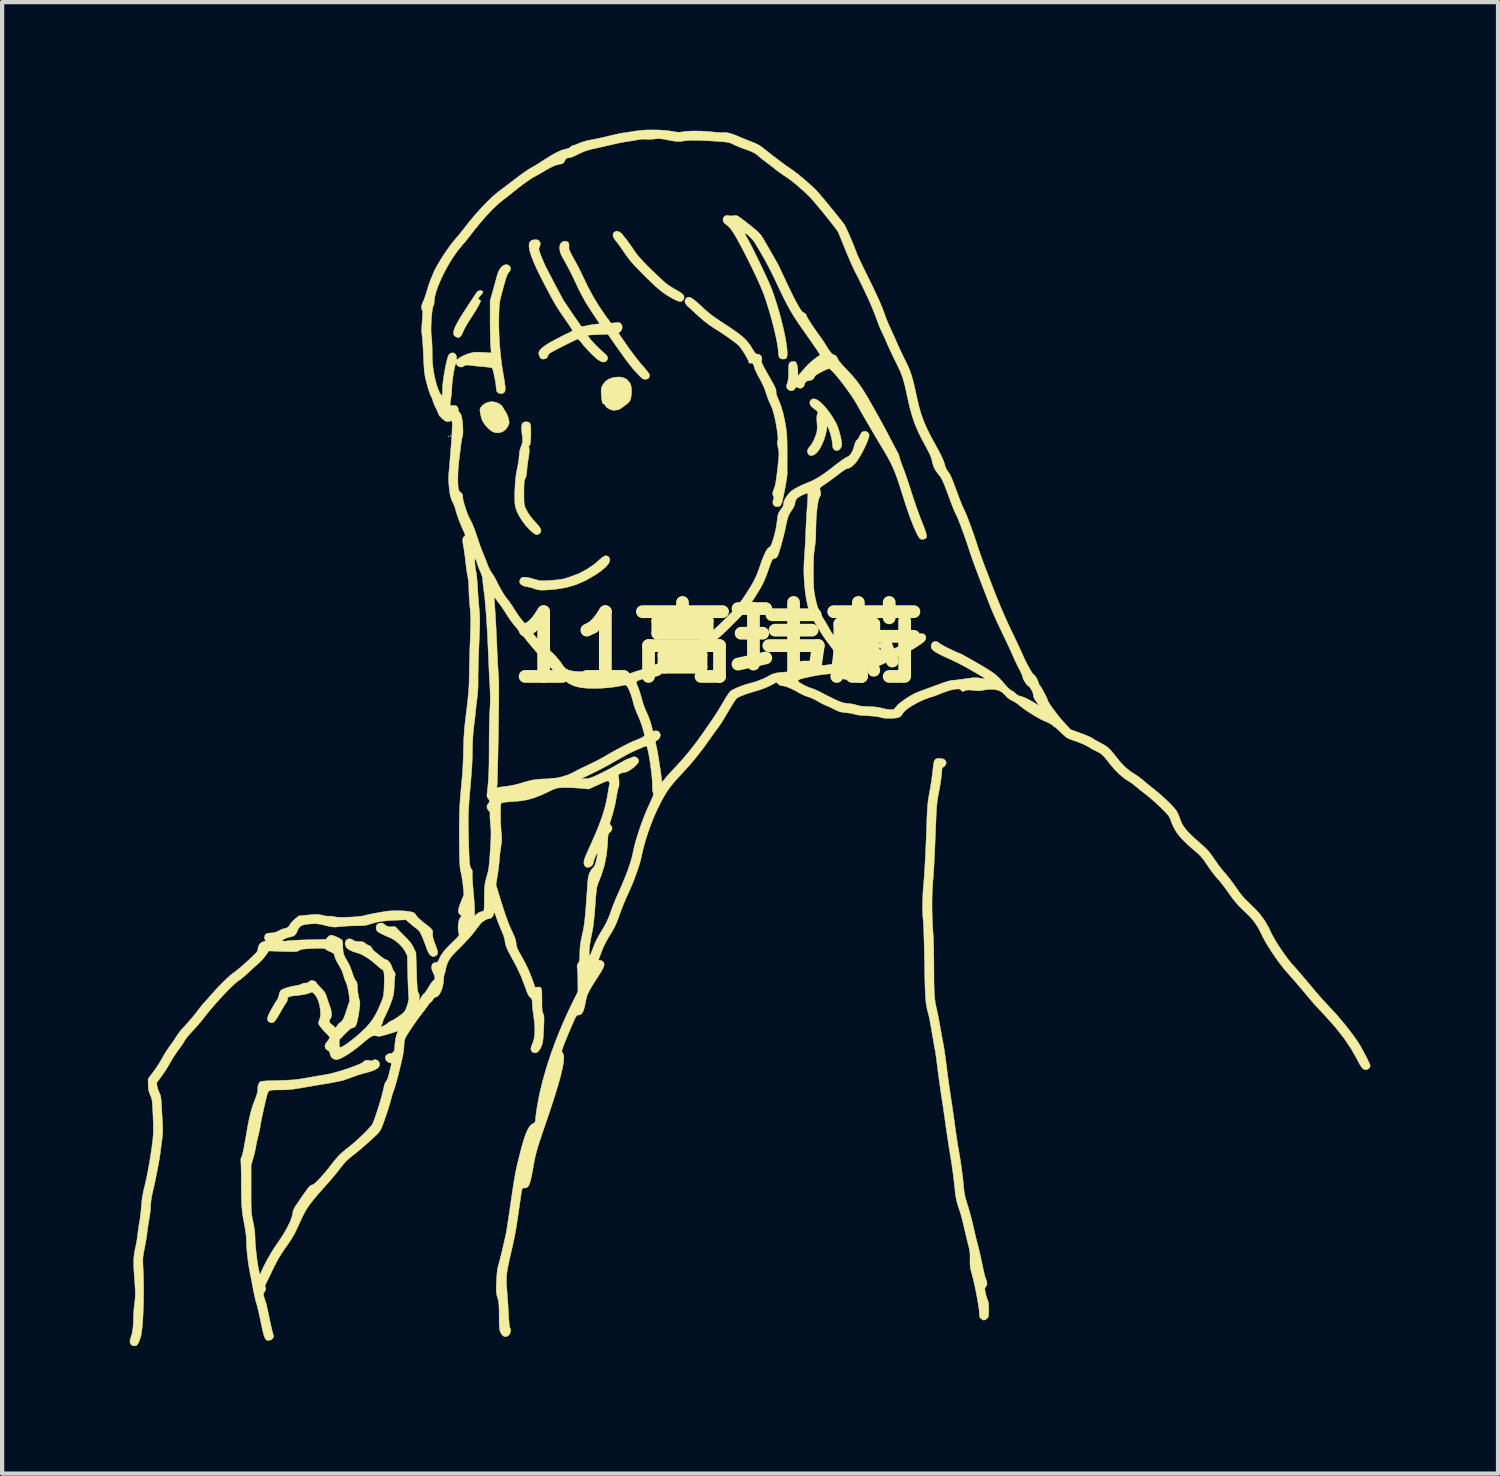
<source format=kicad_pcb>
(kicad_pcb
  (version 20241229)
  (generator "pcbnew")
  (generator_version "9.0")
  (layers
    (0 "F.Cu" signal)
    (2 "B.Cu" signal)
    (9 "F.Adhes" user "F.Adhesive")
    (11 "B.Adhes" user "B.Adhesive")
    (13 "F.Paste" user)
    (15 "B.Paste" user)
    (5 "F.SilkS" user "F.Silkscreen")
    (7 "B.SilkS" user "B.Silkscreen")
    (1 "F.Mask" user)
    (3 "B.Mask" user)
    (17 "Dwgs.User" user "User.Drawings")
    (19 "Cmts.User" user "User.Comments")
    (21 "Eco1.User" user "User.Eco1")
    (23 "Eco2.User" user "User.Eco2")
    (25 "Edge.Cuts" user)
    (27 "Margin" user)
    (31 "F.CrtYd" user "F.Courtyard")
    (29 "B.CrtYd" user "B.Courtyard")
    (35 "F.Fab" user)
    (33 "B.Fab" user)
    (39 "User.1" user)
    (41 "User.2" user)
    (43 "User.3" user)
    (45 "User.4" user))
  (footprint "11高玮蔚"
    (layer "F.Cu")
    (at 13.837 12.171)
    (property "Reference" "11高玮蔚" (at 0 0 0) (layer "F.SilkS") (effects (font (size 1.524 1.524) (thickness 0.3))))
    (attr through_hole)
    (fp_poly (pts (xy -6.333 -4.953) (xy -6.342 -4.945) (xy -6.35 -4.953) (xy -6.342 -4.961) (xy -6.333 -4.953)) (stroke (width 0.01) (type solid)) (fill yes) (layer "F.SilkS"))
    (fp_poly (pts (xy -6.282 -4.97) (xy -6.291 -4.961) (xy -6.299 -4.97) (xy -6.291 -4.978) (xy -6.282 -4.97)) (stroke (width 0.01) (type solid)) (fill yes) (layer "F.SilkS"))
    (fp_poly (pts (xy -5.238 -5.763) (xy -5.162 -5.734) (xy -5.099 -5.692) (xy -5.063 -5.647) (xy -5.037 -5.601) (xy -5.003 -5.546) (xy -4.99 -5.527) (xy -4.96 -5.47) (xy -4.933 -5.399) (xy -4.924 -5.361) (xy -4.913 -5.304) (xy -4.913 -5.264) (xy -4.924 -5.227) (xy -4.943 -5.189) (xy -5.001 -5.112) (xy -5.076 -5.061) (xy -5.162 -5.039) (xy -5.245 -5.046) (xy -5.322 -5.079) (xy -5.402 -5.143) (xy -5.483 -5.234) (xy -5.486 -5.239) (xy -5.529 -5.303) (xy -5.558 -5.369) (xy -5.58 -5.454) (xy -5.581 -5.458) (xy -5.594 -5.525) (xy -5.599 -5.569) (xy -5.597 -5.599) (xy -5.586 -5.626) (xy -5.576 -5.643) (xy -5.528 -5.697) (xy -5.458 -5.741) (xy -5.376 -5.768) (xy -5.317 -5.774) (xy -5.238 -5.763)) (stroke (width 0.01) (type solid)) (fill yes) (layer "F.SilkS"))
    (fp_poly (pts (xy -2.213 -6.335) (xy -2.132 -6.288) (xy -2.072 -6.214) (xy -2.06 -6.192) (xy -2.041 -6.129) (xy -2.033 -6.045) (xy -2.035 -5.953) (xy -2.047 -5.865) (xy -2.051 -5.849) (xy -2.063 -5.811) (xy -2.082 -5.779) (xy -2.112 -5.746) (xy -2.161 -5.705) (xy -2.205 -5.672) (xy -2.263 -5.63) (xy -2.311 -5.598) (xy -2.343 -5.581) (xy -2.353 -5.579) (xy -2.377 -5.581) (xy -2.415 -5.574) (xy -2.465 -5.57) (xy -2.527 -5.587) (xy -2.544 -5.594) (xy -2.612 -5.633) (xy -2.646 -5.676) (xy -2.669 -5.71) (xy -2.694 -5.723) (xy -2.71 -5.731) (xy -2.721 -5.758) (xy -2.731 -5.81) (xy -2.736 -5.846) (xy -2.746 -5.95) (xy -2.748 -6.028) (xy -2.743 -6.087) (xy -2.728 -6.135) (xy -2.703 -6.179) (xy -2.698 -6.186) (xy -2.639 -6.256) (xy -2.57 -6.304) (xy -2.484 -6.335) (xy -2.428 -6.347) (xy -2.312 -6.355) (xy -2.213 -6.335)) (stroke (width 0.01) (type solid)) (fill yes) (layer "F.SilkS"))
    (fp_poly (pts (xy -5.545 -8.375) (xy -5.528 -8.36) (xy -5.527 -8.345) (xy -5.543 -8.32) (xy -5.576 -8.282) (xy -5.618 -8.231) (xy -5.636 -8.198) (xy -5.63 -8.178) (xy -5.606 -8.167) (xy -5.588 -8.16) (xy -5.583 -8.148) (xy -5.59 -8.121) (xy -5.611 -8.072) (xy -5.612 -8.071) (xy -5.635 -8.027) (xy -5.672 -7.961) (xy -5.72 -7.883) (xy -5.774 -7.797) (xy -5.804 -7.753) (xy -5.859 -7.666) (xy -5.911 -7.581) (xy -5.954 -7.504) (xy -5.984 -7.444) (xy -5.994 -7.422) (xy -6.029 -7.343) (xy -6.067 -7.297) (xy -6.11 -7.281) (xy -6.159 -7.295) (xy -6.168 -7.3) (xy -6.2 -7.325) (xy -6.218 -7.359) (xy -6.221 -7.404) (xy -6.209 -7.461) (xy -6.18 -7.534) (xy -6.134 -7.625) (xy -6.07 -7.737) (xy -5.986 -7.871) (xy -5.926 -7.963) (xy -5.861 -8.063) (xy -5.801 -8.154) (xy -5.749 -8.233) (xy -5.707 -8.295) (xy -5.68 -8.336) (xy -5.669 -8.351) (xy -5.627 -8.383) (xy -5.578 -8.389) (xy -5.545 -8.375)) (stroke (width 0.01) (type solid)) (fill yes) (layer "F.SilkS"))
    (fp_poly (pts (xy -2.575 -2.126) (xy -2.568 -2.12) (xy -2.543 -2.07) (xy -2.549 -2.012) (xy -2.587 -1.945) (xy -2.658 -1.87) (xy -2.761 -1.785) (xy -2.879 -1.703) (xy -3.106 -1.571) (xy -3.336 -1.47) (xy -3.573 -1.401) (xy -3.821 -1.361) (xy -3.888 -1.355) (xy -3.992 -1.347) (xy -4.069 -1.343) (xy -4.126 -1.341) (xy -4.17 -1.342) (xy -4.207 -1.346) (xy -4.245 -1.352) (xy -4.25 -1.353) (xy -4.301 -1.367) (xy -4.342 -1.382) (xy -4.343 -1.383) (xy -4.381 -1.397) (xy -4.435 -1.409) (xy -4.453 -1.412) (xy -4.553 -1.433) (xy -4.621 -1.463) (xy -4.658 -1.502) (xy -4.665 -1.552) (xy -4.657 -1.584) (xy -4.637 -1.617) (xy -4.608 -1.639) (xy -4.565 -1.647) (xy -4.503 -1.643) (xy -4.419 -1.626) (xy -4.31 -1.596) (xy -4.256 -1.58) (xy -4.216 -1.57) (xy -4.175 -1.563) (xy -4.125 -1.561) (xy -4.059 -1.562) (xy -3.97 -1.568) (xy -3.917 -1.571) (xy -3.822 -1.579) (xy -3.734 -1.589) (xy -3.66 -1.6) (xy -3.609 -1.611) (xy -3.598 -1.614) (xy -3.535 -1.636) (xy -3.469 -1.657) (xy -3.463 -1.659) (xy -3.274 -1.73) (xy -3.088 -1.828) (xy -2.913 -1.947) (xy -2.787 -2.055) (xy -2.717 -2.115) (xy -2.661 -2.146) (xy -2.614 -2.149) (xy -2.575 -2.126)) (stroke (width 0.01) (type solid)) (fill yes) (layer "F.SilkS"))
    (fp_poly (pts (xy -2.338 -9.778) (xy -2.28 -9.738) (xy -2.266 -9.724) (xy -2.217 -9.667) (xy -2.154 -9.587) (xy -2.083 -9.49) (xy -2.007 -9.382) (xy -1.944 -9.288) (xy -1.901 -9.231) (xy -1.837 -9.156) (xy -1.755 -9.066) (xy -1.658 -8.966) (xy -1.589 -8.898) (xy -1.474 -8.786) (xy -1.378 -8.695) (xy -1.298 -8.621) (xy -1.229 -8.562) (xy -1.166 -8.514) (xy -1.107 -8.474) (xy -1.046 -8.437) (xy -1.019 -8.422) (xy -0.929 -8.37) (xy -0.865 -8.33) (xy -0.825 -8.296) (xy -0.803 -8.265) (xy -0.796 -8.234) (xy -0.796 -8.23) (xy -0.81 -8.174) (xy -0.848 -8.138) (xy -0.894 -8.128) (xy -0.929 -8.136) (xy -0.983 -8.158) (xy -1.048 -8.19) (xy -1.085 -8.21) (xy -1.167 -8.257) (xy -1.242 -8.306) (xy -1.316 -8.358) (xy -1.391 -8.419) (xy -1.474 -8.491) (xy -1.567 -8.579) (xy -1.677 -8.685) (xy -1.754 -8.762) (xy -1.86 -8.869) (xy -1.946 -8.959) (xy -2.016 -9.035) (xy -2.075 -9.105) (xy -2.126 -9.172) (xy -2.175 -9.241) (xy -2.19 -9.263) (xy -2.245 -9.344) (xy -2.301 -9.424) (xy -2.353 -9.494) (xy -2.393 -9.545) (xy -2.396 -9.548) (xy -2.449 -9.621) (xy -2.471 -9.681) (xy -2.464 -9.731) (xy -2.441 -9.759) (xy -2.392 -9.786) (xy -2.338 -9.778)) (stroke (width 0.01) (type solid)) (fill yes) (layer "F.SilkS"))
    (fp_poly (pts (xy 2.314 -5.826) (xy 2.38 -5.784) (xy 2.454 -5.719) (xy 2.531 -5.635) (xy 2.61 -5.536) (xy 2.686 -5.426) (xy 2.756 -5.308) (xy 2.791 -5.241) (xy 2.819 -5.173) (xy 2.848 -5.085) (xy 2.874 -4.989) (xy 2.896 -4.895) (xy 2.909 -4.814) (xy 2.913 -4.768) (xy 2.9 -4.707) (xy 2.868 -4.657) (xy 2.822 -4.627) (xy 2.795 -4.623) (xy 2.742 -4.637) (xy 2.707 -4.678) (xy 2.693 -4.745) (xy 2.692 -4.761) (xy 2.687 -4.829) (xy 2.671 -4.914) (xy 2.649 -5.005) (xy 2.623 -5.088) (xy 2.597 -5.15) (xy 2.597 -5.151) (xy 2.567 -5.207) (xy 2.553 -5.098) (xy 2.531 -4.997) (xy 2.495 -4.882) (xy 2.447 -4.768) (xy 2.394 -4.667) (xy 2.385 -4.652) (xy 2.327 -4.577) (xy 2.268 -4.528) (xy 2.21 -4.505) (xy 2.159 -4.512) (xy 2.128 -4.535) (xy 2.102 -4.586) (xy 2.108 -4.643) (xy 2.144 -4.701) (xy 2.151 -4.707) (xy 2.208 -4.782) (xy 2.262 -4.883) (xy 2.309 -5.005) (xy 2.311 -5.01) (xy 2.325 -5.061) (xy 2.332 -5.112) (xy 2.334 -5.175) (xy 2.33 -5.26) (xy 2.329 -5.274) (xy 2.324 -5.362) (xy 2.325 -5.423) (xy 2.33 -5.463) (xy 2.34 -5.485) (xy 2.349 -5.505) (xy 2.349 -5.524) (xy 2.334 -5.546) (xy 2.301 -5.576) (xy 2.246 -5.619) (xy 2.219 -5.64) (xy 2.177 -5.687) (xy 2.16 -5.738) (xy 2.166 -5.786) (xy 2.194 -5.822) (xy 2.243 -5.841) (xy 2.258 -5.841) (xy 2.314 -5.826)) (stroke (width 0.01) (type solid)) (fill yes) (layer "F.SilkS"))
    (fp_poly (pts (xy -4.469 -5.296) (xy -4.436 -5.282) (xy -4.416 -5.253) (xy -4.405 -5.203) (xy -4.401 -5.127) (xy -4.4 -5.078) (xy -4.401 -4.992) (xy -4.404 -4.908) (xy -4.409 -4.839) (xy -4.412 -4.813) (xy -4.42 -4.762) (xy -4.429 -4.74) (xy -4.441 -4.739) (xy -4.451 -4.745) (xy -4.47 -4.758) (xy -4.464 -4.748) (xy -4.458 -4.74) (xy -4.444 -4.702) (xy -4.439 -4.639) (xy -4.442 -4.558) (xy -4.454 -4.466) (xy -4.462 -4.42) (xy -4.474 -4.348) (xy -4.485 -4.26) (xy -4.493 -4.173) (xy -4.494 -4.159) (xy -4.503 -4.065) (xy -4.517 -4) (xy -4.533 -3.965) (xy -4.545 -3.944) (xy -4.553 -3.917) (xy -4.558 -3.877) (xy -4.561 -3.821) (xy -4.563 -3.741) (xy -4.564 -3.633) (xy -4.564 -3.632) (xy -4.563 -3.526) (xy -4.562 -3.448) (xy -4.559 -3.391) (xy -4.554 -3.349) (xy -4.545 -3.314) (xy -4.533 -3.282) (xy -4.517 -3.25) (xy -4.475 -3.171) (xy -4.428 -3.098) (xy -4.37 -3.023) (xy -4.294 -2.938) (xy -4.269 -2.911) (xy -4.207 -2.838) (xy -4.171 -2.781) (xy -4.161 -2.735) (xy -4.175 -2.697) (xy -4.199 -2.672) (xy -4.234 -2.65) (xy -4.268 -2.645) (xy -4.306 -2.659) (xy -4.355 -2.695) (xy -4.42 -2.753) (xy -4.432 -2.764) (xy -4.527 -2.868) (xy -4.613 -2.983) (xy -4.686 -3.103) (xy -4.739 -3.218) (xy -4.769 -3.318) (xy -4.777 -3.391) (xy -4.781 -3.49) (xy -4.781 -3.607) (xy -4.776 -3.733) (xy -4.769 -3.86) (xy -4.758 -3.981) (xy -4.744 -4.087) (xy -4.728 -4.17) (xy -4.727 -4.174) (xy -4.709 -4.26) (xy -4.692 -4.355) (xy -4.682 -4.437) (xy -4.676 -4.503) (xy -4.67 -4.561) (xy -4.667 -4.597) (xy -4.667 -4.599) (xy -4.659 -4.633) (xy -4.642 -4.686) (xy -4.624 -4.739) (xy -4.604 -4.796) (xy -4.594 -4.841) (xy -4.594 -4.868) (xy -4.453 -4.868) (xy -4.445 -4.86) (xy -4.437 -4.868) (xy -4.445 -4.877) (xy -4.453 -4.868) (xy -4.594 -4.868) (xy -4.594 -4.888) (xy -4.601 -4.95) (xy -4.604 -4.971) (xy -4.618 -5.088) (xy -4.62 -5.177) (xy -4.61 -5.239) (xy -4.586 -5.278) (xy -4.547 -5.297) (xy -4.516 -5.3) (xy -4.469 -5.296)) (stroke (width 0.01) (type solid)) (fill yes) (layer "F.SilkS"))
    (fp_poly (pts (xy -0.651 -8.224) (xy -0.601 -8.197) (xy -0.539 -8.15) (xy -0.46 -8.082) (xy -0.363 -7.993) (xy -0.283 -7.919) (xy -0.209 -7.856) (xy -0.134 -7.797) (xy -0.048 -7.736) (xy 0.058 -7.665) (xy 0.076 -7.653) (xy 0.225 -7.555) (xy 0.348 -7.472) (xy 0.45 -7.4) (xy 0.533 -7.337) (xy 0.601 -7.28) (xy 0.657 -7.226) (xy 0.705 -7.171) (xy 0.748 -7.114) (xy 0.79 -7.049) (xy 0.816 -7.006) (xy 0.853 -6.947) (xy 0.881 -6.912) (xy 0.905 -6.896) (xy 0.931 -6.892) (xy 0.985 -6.878) (xy 1.021 -6.839) (xy 1.034 -6.783) (xy 1.028 -6.736) (xy 1.026 -6.716) (xy 1.032 -6.69) (xy 1.046 -6.652) (xy 1.072 -6.6) (xy 1.11 -6.529) (xy 1.163 -6.435) (xy 1.195 -6.38) (xy 1.256 -6.274) (xy 1.301 -6.192) (xy 1.333 -6.13) (xy 1.353 -6.084) (xy 1.364 -6.051) (xy 1.368 -6.024) (xy 1.367 -6.011) (xy 1.369 -5.966) (xy 1.386 -5.907) (xy 1.42 -5.828) (xy 1.425 -5.817) (xy 1.481 -5.676) (xy 1.532 -5.505) (xy 1.575 -5.307) (xy 1.601 -5.148) (xy 1.608 -5.094) (xy 1.614 -5.041) (xy 1.619 -4.984) (xy 1.622 -4.919) (xy 1.625 -4.842) (xy 1.627 -4.75) (xy 1.627 -4.639) (xy 1.628 -4.504) (xy 1.627 -4.343) (xy 1.627 -4.195) (xy 1.627 -4.143) (xy 1.629 -4.094) (xy 1.627 -4.052) (xy 1.618 -3.985) (xy 1.605 -3.899) (xy 1.589 -3.802) (xy 1.57 -3.7) (xy 1.55 -3.6) (xy 1.531 -3.51) (xy 1.514 -3.436) (xy 1.499 -3.385) (xy 1.493 -3.37) (xy 1.468 -3.328) (xy 1.435 -3.31) (xy 1.405 -3.305) (xy 1.348 -3.31) (xy 1.316 -3.332) (xy 1.29 -3.384) (xy 1.295 -3.449) (xy 1.307 -3.479) (xy 1.318 -3.517) (xy 1.308 -3.542) (xy 1.307 -3.543) (xy 1.29 -3.58) (xy 1.289 -3.634) (xy 1.304 -3.692) (xy 1.31 -3.705) (xy 1.326 -3.743) (xy 1.341 -3.791) (xy 1.355 -3.852) (xy 1.368 -3.93) (xy 1.382 -4.032) (xy 1.398 -4.16) (xy 1.406 -4.233) (xy 1.418 -4.348) (xy 1.427 -4.435) (xy 1.432 -4.502) (xy 1.433 -4.553) (xy 1.431 -4.596) (xy 1.426 -4.637) (xy 1.417 -4.681) (xy 1.414 -4.694) (xy 1.4 -4.772) (xy 1.396 -4.824) (xy 1.403 -4.856) (xy 1.404 -4.857) (xy 1.41 -4.884) (xy 1.41 -4.933) (xy 1.403 -5.006) (xy 1.389 -5.108) (xy 1.358 -5.297) (xy 1.323 -5.456) (xy 1.284 -5.589) (xy 1.239 -5.701) (xy 1.228 -5.724) (xy 1.195 -5.797) (xy 1.161 -5.886) (xy 1.132 -5.972) (xy 1.129 -5.984) (xy 1.077 -6.126) (xy 0.997 -6.286) (xy 0.978 -6.321) (xy 0.934 -6.4) (xy 0.897 -6.475) (xy 0.869 -6.539) (xy 0.856 -6.581) (xy 0.856 -6.582) (xy 0.837 -6.646) (xy 0.807 -6.679) (xy 0.766 -6.681) (xy 0.763 -6.68) (xy 0.734 -6.679) (xy 0.728 -6.694) (xy 0.719 -6.727) (xy 0.694 -6.781) (xy 0.658 -6.847) (xy 0.615 -6.919) (xy 0.57 -6.988) (xy 0.527 -7.049) (xy 0.49 -7.092) (xy 0.485 -7.098) (xy 0.438 -7.138) (xy 0.369 -7.191) (xy 0.283 -7.254) (xy 0.188 -7.321) (xy 0.089 -7.388) (xy -0.008 -7.451) (xy -0.087 -7.5) (xy -0.208 -7.581) (xy -0.334 -7.678) (xy -0.471 -7.797) (xy -0.525 -7.847) (xy -0.587 -7.905) (xy -0.647 -7.96) (xy -0.697 -8.004) (xy -0.716 -8.021) (xy -0.762 -8.075) (xy -0.78 -8.13) (xy -0.769 -8.181) (xy -0.752 -8.203) (xy -0.723 -8.225) (xy -0.69 -8.232) (xy -0.651 -8.224)) (stroke (width 0.01) (type solid)) (fill yes) (layer "F.SilkS"))
    (fp_poly (pts (xy -4.243 -9.579) (xy -4.223 -9.571) (xy -4.186 -9.528) (xy -4.178 -9.472) (xy -4.193 -9.422) (xy -4.206 -9.393) (xy -4.211 -9.367) (xy -4.208 -9.337) (xy -4.195 -9.294) (xy -4.171 -9.229) (xy -4.166 -9.215) (xy -4.134 -9.135) (xy -4.101 -9.055) (xy -4.071 -8.989) (xy -4.065 -8.975) (xy -4.041 -8.927) (xy -4.005 -8.858) (xy -3.96 -8.771) (xy -3.909 -8.674) (xy -3.855 -8.571) (xy -3.801 -8.469) (xy -3.75 -8.372) (xy -3.704 -8.287) (xy -3.667 -8.218) (xy -3.642 -8.172) (xy -3.636 -8.162) (xy -3.618 -8.133) (xy -3.585 -8.084) (xy -3.541 -8.018) (xy -3.489 -7.941) (xy -3.433 -7.859) (xy -3.377 -7.777) (xy -3.324 -7.699) (xy -3.278 -7.633) (xy -3.243 -7.582) (xy -3.221 -7.552) (xy -3.218 -7.548) (xy -3.196 -7.544) (xy -3.152 -7.549) (xy -3.098 -7.559) (xy -3.019 -7.575) (xy -2.933 -7.588) (xy -2.885 -7.595) (xy -2.781 -7.606) (xy -2.939 -7.841) (xy -3.037 -7.991) (xy -3.121 -8.127) (xy -3.195 -8.26) (xy -3.268 -8.402) (xy -3.343 -8.562) (xy -3.361 -8.6) (xy -3.412 -8.707) (xy -3.472 -8.829) (xy -3.535 -8.948) (xy -3.59 -9.05) (xy -3.641 -9.14) (xy -3.677 -9.208) (xy -3.7 -9.261) (xy -3.714 -9.305) (xy -3.721 -9.347) (xy -3.722 -9.363) (xy -3.723 -9.424) (xy -3.715 -9.465) (xy -3.695 -9.5) (xy -3.692 -9.504) (xy -3.644 -9.541) (xy -3.587 -9.55) (xy -3.532 -9.528) (xy -3.514 -9.51) (xy -3.505 -9.481) (xy -3.503 -9.434) (xy -3.506 -9.381) (xy -3.498 -9.349) (xy -3.475 -9.294) (xy -3.438 -9.22) (xy -3.391 -9.136) (xy -3.337 -9.038) (xy -3.278 -8.927) (xy -3.224 -8.819) (xy -3.185 -8.738) (xy -3.062 -8.48) (xy -2.937 -8.248) (xy -2.806 -8.031) (xy -2.664 -7.821) (xy -2.619 -7.759) (xy -2.515 -7.619) (xy -2.417 -7.63) (xy -2.357 -7.635) (xy -2.319 -7.631) (xy -2.292 -7.616) (xy -2.286 -7.611) (xy -2.257 -7.564) (xy -2.253 -7.507) (xy -2.274 -7.451) (xy -2.296 -7.425) (xy -2.34 -7.385) (xy -2.139 -7.094) (xy -2.066 -6.99) (xy -1.985 -6.882) (xy -1.904 -6.777) (xy -1.829 -6.684) (xy -1.774 -6.62) (xy -1.708 -6.544) (xy -1.656 -6.479) (xy -1.622 -6.431) (xy -1.609 -6.402) (xy -1.609 -6.4) (xy -1.62 -6.342) (xy -1.654 -6.309) (xy -1.707 -6.299) (xy -1.736 -6.301) (xy -1.763 -6.311) (xy -1.794 -6.332) (xy -1.834 -6.369) (xy -1.889 -6.426) (xy -1.901 -6.439) (xy -1.956 -6.499) (xy -2.012 -6.563) (xy -2.07 -6.635) (xy -2.135 -6.72) (xy -2.209 -6.82) (xy -2.294 -6.939) (xy -2.395 -7.082) (xy -2.428 -7.129) (xy -2.587 -7.358) (xy -2.669 -7.356) (xy -2.769 -7.353) (xy -2.863 -7.349) (xy -2.945 -7.345) (xy -3.01 -7.341) (xy -3.052 -7.337) (xy -3.065 -7.334) (xy -3.053 -7.309) (xy -3.02 -7.265) (xy -2.971 -7.207) (xy -2.91 -7.141) (xy -2.841 -7.07) (xy -2.768 -6.999) (xy -2.696 -6.933) (xy -2.645 -6.889) (xy -2.603 -6.839) (xy -2.592 -6.789) (xy -2.613 -6.742) (xy -2.624 -6.732) (xy -2.67 -6.706) (xy -2.725 -6.708) (xy -2.79 -6.739) (xy -2.824 -6.762) (xy -2.884 -6.812) (xy -2.958 -6.88) (xy -3.036 -6.959) (xy -3.112 -7.041) (xy -3.178 -7.118) (xy -3.216 -7.167) (xy -3.251 -7.21) (xy -3.281 -7.24) (xy -3.296 -7.247) (xy -3.316 -7.24) (xy -3.361 -7.22) (xy -3.425 -7.189) (xy -3.503 -7.151) (xy -3.589 -7.108) (xy -3.677 -7.064) (xy -3.762 -7.02) (xy -3.838 -6.98) (xy -3.901 -6.946) (xy -3.944 -6.922) (xy -3.954 -6.915) (xy -3.985 -6.886) (xy -3.996 -6.859) (xy -4.011 -6.819) (xy -4.048 -6.789) (xy -4.096 -6.774) (xy -4.144 -6.779) (xy -4.159 -6.786) (xy -4.19 -6.823) (xy -4.211 -6.877) (xy -4.216 -6.919) (xy -4.202 -6.966) (xy -4.158 -7.02) (xy -4.084 -7.08) (xy -3.979 -7.149) (xy -3.843 -7.225) (xy -3.754 -7.271) (xy -3.667 -7.316) (xy -3.59 -7.355) (xy -3.532 -7.383) (xy -3.518 -7.389) (xy -3.467 -7.414) (xy -3.432 -7.435) (xy -3.421 -7.448) (xy -3.43 -7.466) (xy -3.455 -7.507) (xy -3.494 -7.566) (xy -3.543 -7.638) (xy -3.585 -7.698) (xy -3.651 -7.794) (xy -3.708 -7.877) (xy -3.757 -7.951) (xy -3.802 -8.023) (xy -3.847 -8.099) (xy -3.894 -8.183) (xy -3.948 -8.282) (xy -4.011 -8.401) (xy -4.072 -8.517) (xy -4.181 -8.728) (xy -4.27 -8.913) (xy -4.341 -9.072) (xy -4.393 -9.207) (xy -4.427 -9.32) (xy -4.444 -9.411) (xy -4.443 -9.481) (xy -4.425 -9.532) (xy -4.39 -9.565) (xy -4.388 -9.566) (xy -4.345 -9.579) (xy -4.291 -9.584) (xy -4.243 -9.579)) (stroke (width 0.01) (type solid)) (fill yes) (layer "F.SilkS"))
    (fp_poly (pts (xy 5.288 2.626) (xy 5.34 2.655) (xy 5.366 2.7) (xy 5.368 2.72) (xy 5.357 2.759) (xy 5.331 2.797) (xy 5.299 2.823) (xy 5.283 2.828) (xy 5.273 2.843) (xy 5.267 2.881) (xy 5.266 2.898) (xy 5.263 2.957) (xy 5.254 3.041) (xy 5.24 3.144) (xy 5.222 3.256) (xy 5.202 3.37) (xy 5.181 3.479) (xy 5.179 3.488) (xy 5.163 3.58) (xy 5.15 3.694) (xy 5.139 3.833) (xy 5.13 4.003) (xy 5.13 4.022) (xy 5.12 4.262) (xy 5.111 4.472) (xy 5.104 4.654) (xy 5.097 4.811) (xy 5.09 4.947) (xy 5.085 5.064) (xy 5.079 5.166) (xy 5.074 5.255) (xy 5.069 5.335) (xy 5.064 5.408) (xy 5.058 5.478) (xy 5.052 5.546) (xy 5.041 5.727) (xy 5.035 5.933) (xy 5.035 6.154) (xy 5.04 6.383) (xy 5.051 6.61) (xy 5.062 6.765) (xy 5.066 6.827) (xy 5.07 6.917) (xy 5.073 7.03) (xy 5.075 7.16) (xy 5.077 7.302) (xy 5.079 7.451) (xy 5.079 7.557) (xy 5.08 7.74) (xy 5.081 7.892) (xy 5.084 8.02) (xy 5.088 8.128) (xy 5.094 8.219) (xy 5.103 8.299) (xy 5.113 8.373) (xy 5.127 8.444) (xy 5.144 8.516) (xy 5.148 8.534) (xy 5.164 8.604) (xy 5.182 8.694) (xy 5.201 8.792) (xy 5.215 8.873) (xy 5.234 8.98) (xy 5.256 9.104) (xy 5.278 9.225) (xy 5.293 9.303) (xy 5.311 9.402) (xy 5.33 9.522) (xy 5.348 9.648) (xy 5.364 9.768) (xy 5.367 9.794) (xy 5.395 10.019) (xy 5.429 10.263) (xy 5.465 10.511) (xy 5.495 10.71) (xy 5.505 10.773) (xy 5.518 10.863) (xy 5.533 10.97) (xy 5.55 11.088) (xy 5.567 11.21) (xy 5.571 11.244) (xy 5.588 11.363) (xy 5.605 11.48) (xy 5.621 11.587) (xy 5.634 11.677) (xy 5.645 11.744) (xy 5.648 11.758) (xy 5.678 11.93) (xy 5.707 12.111) (xy 5.733 12.291) (xy 5.755 12.46) (xy 5.771 12.61) (xy 5.775 12.659) (xy 5.786 12.768) (xy 5.798 12.856) (xy 5.815 12.936) (xy 5.838 13.022) (xy 5.868 13.115) (xy 5.899 13.213) (xy 5.932 13.332) (xy 5.965 13.458) (xy 5.995 13.578) (xy 6.003 13.614) (xy 6.027 13.721) (xy 6.052 13.829) (xy 6.076 13.928) (xy 6.097 14.008) (xy 6.105 14.038) (xy 6.123 14.105) (xy 6.145 14.196) (xy 6.169 14.301) (xy 6.192 14.41) (xy 6.205 14.47) (xy 6.226 14.57) (xy 6.247 14.665) (xy 6.266 14.747) (xy 6.282 14.808) (xy 6.291 14.834) (xy 6.316 14.905) (xy 6.328 14.954) (xy 6.327 14.989) (xy 6.314 15.019) (xy 6.303 15.036) (xy 6.285 15.062) (xy 6.277 15.087) (xy 6.278 15.119) (xy 6.287 15.17) (xy 6.294 15.2) (xy 6.311 15.267) (xy 6.33 15.328) (xy 6.346 15.366) (xy 6.359 15.408) (xy 6.367 15.471) (xy 6.369 15.561) (xy 6.369 15.586) (xy 6.368 15.664) (xy 6.365 15.716) (xy 6.358 15.75) (xy 6.346 15.773) (xy 6.327 15.792) (xy 6.324 15.795) (xy 6.28 15.825) (xy 6.243 15.828) (xy 6.201 15.805) (xy 6.191 15.798) (xy 6.167 15.775) (xy 6.154 15.749) (xy 6.148 15.709) (xy 6.147 15.649) (xy 6.143 15.597) (xy 6.132 15.518) (xy 6.116 15.418) (xy 6.096 15.304) (xy 6.073 15.183) (xy 6.048 15.061) (xy 6.022 14.943) (xy 5.997 14.836) (xy 5.974 14.748) (xy 5.96 14.698) (xy 5.943 14.636) (xy 5.933 14.573) (xy 5.928 14.498) (xy 5.928 14.402) (xy 5.929 14.301) (xy 5.923 14.221) (xy 5.911 14.149) (xy 5.896 14.089) (xy 5.88 14.029) (xy 5.859 13.944) (xy 5.835 13.844) (xy 5.81 13.737) (xy 5.793 13.665) (xy 5.768 13.558) (xy 5.742 13.452) (xy 5.716 13.357) (xy 5.693 13.279) (xy 5.681 13.242) (xy 5.649 13.15) (xy 5.625 13.071) (xy 5.607 12.994) (xy 5.592 12.912) (xy 5.579 12.816) (xy 5.567 12.697) (xy 5.564 12.666) (xy 5.552 12.563) (xy 5.537 12.436) (xy 5.518 12.296) (xy 5.497 12.153) (xy 5.475 12.016) (xy 5.471 11.989) (xy 5.448 11.851) (xy 5.424 11.7) (xy 5.401 11.548) (xy 5.38 11.406) (xy 5.362 11.284) (xy 5.36 11.269) (xy 5.344 11.149) (xy 5.326 11.023) (xy 5.308 10.902) (xy 5.293 10.795) (xy 5.283 10.736) (xy 5.242 10.465) (xy 5.207 10.217) (xy 5.177 9.994) (xy 5.156 9.826) (xy 5.143 9.721) (xy 5.127 9.608) (xy 5.111 9.502) (xy 5.097 9.428) (xy 5.082 9.346) (xy 5.064 9.242) (xy 5.044 9.129) (xy 5.025 9.018) (xy 5.021 8.992) (xy 5.004 8.894) (xy 4.987 8.8) (xy 4.971 8.72) (xy 4.958 8.661) (xy 4.954 8.644) (xy 4.936 8.58) (xy 4.921 8.52) (xy 4.909 8.461) (xy 4.898 8.399) (xy 4.89 8.331) (xy 4.883 8.253) (xy 4.877 8.161) (xy 4.872 8.053) (xy 4.868 7.924) (xy 4.865 7.771) (xy 4.861 7.591) (xy 4.859 7.425) (xy 4.855 7.254) (xy 4.852 7.089) (xy 4.848 6.933) (xy 4.844 6.792) (xy 4.84 6.669) (xy 4.836 6.567) (xy 4.832 6.491) (xy 4.828 6.445) (xy 4.828 6.443) (xy 4.816 6.305) (xy 4.811 6.141) (xy 4.813 5.957) (xy 4.822 5.761) (xy 4.834 5.605) (xy 4.85 5.412) (xy 4.864 5.189) (xy 4.878 4.935) (xy 4.891 4.649) (xy 4.904 4.329) (xy 4.91 4.149) (xy 4.915 4.001) (xy 4.921 3.881) (xy 4.927 3.781) (xy 4.934 3.695) (xy 4.943 3.617) (xy 4.954 3.539) (xy 4.969 3.456) (xy 4.977 3.411) (xy 4.998 3.294) (xy 5.019 3.166) (xy 5.036 3.039) (xy 5.05 2.928) (xy 5.052 2.906) (xy 5.064 2.8) (xy 5.075 2.724) (xy 5.09 2.672) (xy 5.11 2.641) (xy 5.139 2.624) (xy 5.178 2.617) (xy 5.214 2.616) (xy 5.288 2.626)) (stroke (width 0.01) (type solid)) (fill yes) (layer "F.SilkS"))
    (fp_poly (pts (xy 0.437 -10.151) (xy 0.465 -10.139) (xy 0.502 -10.116) (xy 0.554 -10.079) (xy 0.625 -10.025) (xy 0.669 -9.99) (xy 0.774 -9.908) (xy 0.855 -9.841) (xy 0.918 -9.787) (xy 0.966 -9.741) (xy 1.003 -9.699) (xy 1.033 -9.658) (xy 1.061 -9.614) (xy 1.135 -9.486) (xy 1.206 -9.364) (xy 1.271 -9.251) (xy 1.328 -9.151) (xy 1.375 -9.067) (xy 1.41 -9.004) (xy 1.431 -8.966) (xy 1.435 -8.958) (xy 1.447 -8.93) (xy 1.472 -8.878) (xy 1.506 -8.804) (xy 1.548 -8.715) (xy 1.594 -8.616) (xy 1.616 -8.569) (xy 1.693 -8.408) (xy 1.764 -8.264) (xy 1.828 -8.139) (xy 1.885 -8.036) (xy 1.932 -7.957) (xy 1.969 -7.904) (xy 1.994 -7.88) (xy 1.996 -7.879) (xy 2.04 -7.854) (xy 2.072 -7.821) (xy 2.083 -7.793) (xy 2.092 -7.769) (xy 2.119 -7.723) (xy 2.159 -7.658) (xy 2.211 -7.579) (xy 2.27 -7.491) (xy 2.335 -7.398) (xy 2.402 -7.305) (xy 2.413 -7.29) (xy 2.461 -7.222) (xy 2.507 -7.153) (xy 2.544 -7.094) (xy 2.548 -7.087) (xy 2.602 -7) (xy 2.651 -6.934) (xy 2.693 -6.891) (xy 2.724 -6.875) (xy 2.725 -6.875) (xy 2.764 -6.86) (xy 2.799 -6.819) (xy 2.819 -6.773) (xy 2.835 -6.746) (xy 2.871 -6.7) (xy 2.92 -6.642) (xy 2.979 -6.579) (xy 2.987 -6.57) (xy 3.091 -6.461) (xy 3.176 -6.366) (xy 3.249 -6.279) (xy 3.316 -6.19) (xy 3.384 -6.092) (xy 3.398 -6.071) (xy 3.446 -5.995) (xy 3.507 -5.895) (xy 3.578 -5.773) (xy 3.656 -5.636) (xy 3.74 -5.487) (xy 3.826 -5.331) (xy 3.912 -5.173) (xy 3.995 -5.018) (xy 4.064 -4.885) (xy 4.113 -4.791) (xy 4.157 -4.707) (xy 4.194 -4.637) (xy 4.222 -4.586) (xy 4.237 -4.56) (xy 4.239 -4.558) (xy 4.252 -4.528) (xy 4.265 -4.481) (xy 4.269 -4.465) (xy 4.281 -4.419) (xy 4.303 -4.353) (xy 4.331 -4.276) (xy 4.35 -4.228) (xy 4.375 -4.163) (xy 4.408 -4.074) (xy 4.445 -3.965) (xy 4.485 -3.846) (xy 4.525 -3.722) (xy 4.547 -3.652) (xy 4.59 -3.52) (xy 4.637 -3.38) (xy 4.685 -3.242) (xy 4.732 -3.114) (xy 4.773 -3.006) (xy 4.787 -2.972) (xy 4.836 -2.848) (xy 4.872 -2.751) (xy 4.895 -2.677) (xy 4.906 -2.624) (xy 4.906 -2.588) (xy 4.895 -2.566) (xy 4.891 -2.562) (xy 4.836 -2.536) (xy 4.778 -2.538) (xy 4.764 -2.543) (xy 4.735 -2.571) (xy 4.698 -2.629) (xy 4.655 -2.716) (xy 4.606 -2.827) (xy 4.552 -2.962) (xy 4.495 -3.116) (xy 4.435 -3.289) (xy 4.374 -3.478) (xy 4.352 -3.548) (xy 4.296 -3.727) (xy 4.246 -3.879) (xy 4.201 -4.01) (xy 4.157 -4.125) (xy 4.112 -4.231) (xy 4.064 -4.332) (xy 4.01 -4.435) (xy 3.948 -4.544) (xy 3.876 -4.667) (xy 3.861 -4.691) (xy 3.793 -4.804) (xy 3.718 -4.93) (xy 3.64 -5.062) (xy 3.562 -5.196) (xy 3.487 -5.324) (xy 3.418 -5.443) (xy 3.359 -5.547) (xy 3.312 -5.63) (xy 3.294 -5.664) (xy 3.241 -5.756) (xy 3.177 -5.857) (xy 3.105 -5.964) (xy 3.028 -6.072) (xy 2.949 -6.179) (xy 2.871 -6.279) (xy 2.797 -6.369) (xy 2.731 -6.446) (xy 2.675 -6.504) (xy 2.632 -6.54) (xy 2.613 -6.55) (xy 2.59 -6.545) (xy 2.544 -6.527) (xy 2.484 -6.499) (xy 2.437 -6.475) (xy 2.362 -6.435) (xy 2.312 -6.403) (xy 2.282 -6.375) (xy 2.266 -6.348) (xy 2.265 -6.346) (xy 2.232 -6.298) (xy 2.173 -6.271) (xy 2.118 -6.265) (xy 2.073 -6.25) (xy 2.041 -6.205) (xy 2.028 -6.155) (xy 2.01 -6.124) (xy 1.977 -6.1) (xy 1.938 -6.087) (xy 1.902 -6.094) (xy 1.882 -6.103) (xy 1.848 -6.118) (xy 1.83 -6.114) (xy 1.815 -6.087) (xy 1.781 -6.047) (xy 1.733 -6.031) (xy 1.682 -6.038) (xy 1.639 -6.068) (xy 1.625 -6.088) (xy 1.613 -6.12) (xy 1.613 -6.153) (xy 1.628 -6.201) (xy 1.631 -6.211) (xy 1.647 -6.271) (xy 1.656 -6.351) (xy 1.659 -6.455) (xy 1.66 -6.479) (xy 1.66 -6.563) (xy 1.663 -6.621) (xy 1.669 -6.658) (xy 1.679 -6.682) (xy 1.69 -6.695) (xy 1.737 -6.718) (xy 1.792 -6.72) (xy 1.826 -6.708) (xy 1.847 -6.678) (xy 1.864 -6.622) (xy 1.876 -6.546) (xy 1.88 -6.469) (xy 1.881 -6.375) (xy 1.923 -6.426) (xy 2.001 -6.517) (xy 2.063 -6.587) (xy 2.118 -6.644) (xy 2.171 -6.694) (xy 2.229 -6.743) (xy 2.243 -6.755) (xy 2.3 -6.799) (xy 2.348 -6.834) (xy 2.38 -6.855) (xy 2.389 -6.858) (xy 2.397 -6.859) (xy 2.401 -6.863) (xy 2.399 -6.873) (xy 2.391 -6.891) (xy 2.374 -6.92) (xy 2.348 -6.962) (xy 2.309 -7.018) (xy 2.258 -7.093) (xy 2.193 -7.187) (xy 2.111 -7.304) (xy 2.012 -7.445) (xy 1.985 -7.484) (xy 1.908 -7.595) (xy 1.839 -7.697) (xy 1.777 -7.794) (xy 1.718 -7.891) (xy 1.661 -7.992) (xy 1.602 -8.102) (xy 1.54 -8.225) (xy 1.471 -8.366) (xy 1.394 -8.529) (xy 1.316 -8.695) (xy 1.245 -8.84) (xy 1.161 -9.002) (xy 1.069 -9.17) (xy 0.974 -9.334) (xy 0.884 -9.484) (xy 0.853 -9.532) (xy 0.82 -9.575) (xy 0.778 -9.622) (xy 0.732 -9.667) (xy 0.688 -9.705) (xy 0.653 -9.729) (xy 0.634 -9.733) (xy 0.634 -9.733) (xy 0.636 -9.714) (xy 0.654 -9.677) (xy 0.669 -9.652) (xy 0.701 -9.597) (xy 0.745 -9.516) (xy 0.797 -9.414) (xy 0.857 -9.296) (xy 0.92 -9.168) (xy 0.985 -9.035) (xy 1.049 -8.9) (xy 1.11 -8.771) (xy 1.165 -8.651) (xy 1.212 -8.546) (xy 1.248 -8.461) (xy 1.266 -8.415) (xy 1.324 -8.252) (xy 1.379 -8.083) (xy 1.431 -7.91) (xy 1.478 -7.738) (xy 1.52 -7.571) (xy 1.557 -7.411) (xy 1.587 -7.262) (xy 1.609 -7.127) (xy 1.624 -7.011) (xy 1.63 -6.916) (xy 1.626 -6.845) (xy 1.612 -6.803) (xy 1.611 -6.801) (xy 1.573 -6.779) (xy 1.522 -6.775) (xy 1.473 -6.788) (xy 1.45 -6.804) (xy 1.431 -6.842) (xy 1.422 -6.892) (xy 1.422 -6.896) (xy 1.417 -6.989) (xy 1.4 -7.11) (xy 1.373 -7.252) (xy 1.338 -7.412) (xy 1.296 -7.584) (xy 1.247 -7.764) (xy 1.193 -7.948) (xy 1.136 -8.13) (xy 1.076 -8.305) (xy 1.073 -8.313) (xy 1.038 -8.401) (xy 0.99 -8.513) (xy 0.931 -8.645) (xy 0.863 -8.79) (xy 0.789 -8.944) (xy 0.711 -9.101) (xy 0.633 -9.256) (xy 0.555 -9.405) (xy 0.482 -9.54) (xy 0.453 -9.593) (xy 0.39 -9.702) (xy 0.337 -9.785) (xy 0.288 -9.85) (xy 0.239 -9.902) (xy 0.185 -9.946) (xy 0.163 -9.962) (xy 0.128 -10.002) (xy 0.117 -10.049) (xy 0.126 -10.096) (xy 0.153 -10.134) (xy 0.194 -10.154) (xy 0.232 -10.153) (xy 0.277 -10.144) (xy 0.318 -10.143) (xy 0.373 -10.15) (xy 0.389 -10.152) (xy 0.413 -10.155) (xy 0.437 -10.151)) (stroke (width 0.01) (type solid)) (fill yes) (layer "F.SilkS"))
    (fp_poly (pts (xy -1.369 -12.163) (xy -1.224 -12.153) (xy -1.1 -12.136) (xy -1.084 -12.133) (xy -1.001 -12.119) (xy -0.94 -12.112) (xy -0.889 -12.112) (xy -0.837 -12.12) (xy -0.829 -12.122) (xy -0.756 -12.132) (xy -0.658 -12.138) (xy -0.544 -12.14) (xy -0.421 -12.138) (xy -0.298 -12.133) (xy -0.183 -12.124) (xy -0.127 -12.118) (xy -0.046 -12.109) (xy 0.032 -12.104) (xy 0.093 -12.102) (xy 0.115 -12.103) (xy 0.188 -12.104) (xy 0.271 -12.089) (xy 0.369 -12.058) (xy 0.489 -12.008) (xy 0.491 -12.007) (xy 0.578 -11.97) (xy 0.677 -11.93) (xy 0.772 -11.893) (xy 0.791 -11.886) (xy 0.884 -11.848) (xy 0.968 -11.805) (xy 1.028 -11.765) (xy 1.175 -11.649) (xy 1.312 -11.543) (xy 1.434 -11.449) (xy 1.539 -11.371) (xy 1.624 -11.309) (xy 1.686 -11.267) (xy 1.689 -11.265) (xy 1.775 -11.205) (xy 1.877 -11.128) (xy 1.986 -11.039) (xy 2.096 -10.945) (xy 2.201 -10.85) (xy 2.293 -10.762) (xy 2.365 -10.686) (xy 2.375 -10.674) (xy 2.436 -10.602) (xy 2.507 -10.518) (xy 2.584 -10.425) (xy 2.663 -10.328) (xy 2.741 -10.233) (xy 2.813 -10.142) (xy 2.877 -10.063) (xy 2.928 -9.998) (xy 2.963 -9.952) (xy 2.972 -9.94) (xy 2.992 -9.904) (xy 3.021 -9.844) (xy 3.058 -9.763) (xy 3.1 -9.669) (xy 3.143 -9.567) (xy 3.186 -9.463) (xy 3.226 -9.362) (xy 3.261 -9.272) (xy 3.267 -9.254) (xy 3.282 -9.219) (xy 3.31 -9.158) (xy 3.349 -9.074) (xy 3.397 -8.974) (xy 3.453 -8.86) (xy 3.513 -8.736) (xy 3.558 -8.644) (xy 3.654 -8.449) (xy 3.737 -8.271) (xy 3.808 -8.115) (xy 3.863 -7.984) (xy 3.902 -7.882) (xy 3.935 -7.789) (xy 3.97 -7.697) (xy 4.002 -7.617) (xy 4.028 -7.558) (xy 4.034 -7.547) (xy 4.058 -7.496) (xy 4.091 -7.423) (xy 4.131 -7.335) (xy 4.173 -7.241) (xy 4.19 -7.2) (xy 4.24 -7.089) (xy 4.297 -6.966) (xy 4.355 -6.843) (xy 4.408 -6.735) (xy 4.415 -6.723) (xy 4.455 -6.641) (xy 4.49 -6.564) (xy 4.52 -6.487) (xy 4.549 -6.404) (xy 4.576 -6.31) (xy 4.605 -6.2) (xy 4.635 -6.069) (xy 4.67 -5.911) (xy 4.683 -5.85) (xy 4.726 -5.664) (xy 4.775 -5.494) (xy 4.833 -5.332) (xy 4.902 -5.168) (xy 4.986 -4.996) (xy 5.088 -4.807) (xy 5.095 -4.795) (xy 5.172 -4.655) (xy 5.233 -4.539) (xy 5.279 -4.444) (xy 5.311 -4.367) (xy 5.332 -4.303) (xy 5.341 -4.265) (xy 5.359 -4.213) (xy 5.39 -4.156) (xy 5.403 -4.139) (xy 5.426 -4.108) (xy 5.448 -4.074) (xy 5.47 -4.032) (xy 5.494 -3.98) (xy 5.522 -3.911) (xy 5.557 -3.822) (xy 5.599 -3.709) (xy 5.633 -3.616) (xy 5.671 -3.514) (xy 5.709 -3.417) (xy 5.744 -3.331) (xy 5.773 -3.265) (xy 5.792 -3.226) (xy 5.816 -3.175) (xy 5.849 -3.097) (xy 5.888 -2.999) (xy 5.931 -2.885) (xy 5.976 -2.761) (xy 6.021 -2.634) (xy 6.063 -2.508) (xy 6.102 -2.39) (xy 6.105 -2.379) (xy 6.135 -2.288) (xy 6.173 -2.177) (xy 6.215 -2.059) (xy 6.256 -1.947) (xy 6.269 -1.913) (xy 6.305 -1.821) (xy 6.35 -1.705) (xy 6.4 -1.574) (xy 6.453 -1.437) (xy 6.505 -1.302) (xy 6.531 -1.236) (xy 6.587 -1.096) (xy 6.653 -0.936) (xy 6.726 -0.769) (xy 6.799 -0.605) (xy 6.868 -0.456) (xy 6.891 -0.406) (xy 6.949 -0.287) (xy 7.006 -0.168) (xy 7.059 -0.055) (xy 7.105 0.044) (xy 7.141 0.124) (xy 7.162 0.169) (xy 7.202 0.259) (xy 7.246 0.35) (xy 7.292 0.437) (xy 7.335 0.515) (xy 7.374 0.58) (xy 7.405 0.625) (xy 7.426 0.647) (xy 7.43 0.648) (xy 7.447 0.66) (xy 7.472 0.694) (xy 7.499 0.741) (xy 7.524 0.792) (xy 7.541 0.838) (xy 7.545 0.852) (xy 7.561 0.89) (xy 7.584 0.921) (xy 7.604 0.95) (xy 7.633 0.999) (xy 7.666 1.059) (xy 7.699 1.123) (xy 7.728 1.182) (xy 7.748 1.227) (xy 7.755 1.252) (xy 7.766 1.278) (xy 7.794 1.326) (xy 7.837 1.389) (xy 7.89 1.463) (xy 7.95 1.543) (xy 8.012 1.623) (xy 8.074 1.698) (xy 8.132 1.763) (xy 8.138 1.77) (xy 8.295 1.939) (xy 8.524 2.021) (xy 8.611 2.054) (xy 8.692 2.087) (xy 8.758 2.117) (xy 8.802 2.14) (xy 8.809 2.145) (xy 8.85 2.172) (xy 8.911 2.207) (xy 8.98 2.244) (xy 9 2.255) (xy 9.099 2.309) (xy 9.178 2.366) (xy 9.247 2.434) (xy 9.318 2.523) (xy 9.448 2.685) (xy 9.575 2.819) (xy 9.699 2.922) (xy 9.804 2.989) (xy 9.844 3.013) (xy 9.899 3.053) (xy 9.961 3.102) (xy 9.991 3.126) (xy 10.058 3.182) (xy 10.14 3.249) (xy 10.225 3.318) (xy 10.287 3.367) (xy 10.377 3.441) (xy 10.47 3.524) (xy 10.561 3.608) (xy 10.645 3.69) (xy 10.714 3.764) (xy 10.765 3.824) (xy 10.78 3.844) (xy 10.807 3.893) (xy 10.837 3.958) (xy 10.854 4.005) (xy 10.88 4.074) (xy 10.906 4.136) (xy 10.938 4.194) (xy 10.977 4.251) (xy 11.026 4.311) (xy 11.088 4.378) (xy 11.166 4.454) (xy 11.263 4.543) (xy 11.382 4.648) (xy 11.449 4.707) (xy 11.531 4.791) (xy 11.618 4.903) (xy 11.681 4.995) (xy 11.74 5.081) (xy 11.805 5.169) (xy 11.868 5.249) (xy 11.92 5.309) (xy 11.971 5.368) (xy 12.034 5.447) (xy 12.101 5.535) (xy 12.164 5.623) (xy 12.175 5.639) (xy 12.23 5.719) (xy 12.279 5.785) (xy 12.327 5.845) (xy 12.378 5.904) (xy 12.439 5.967) (xy 12.515 6.041) (xy 12.609 6.132) (xy 12.618 6.14) (xy 12.743 6.275) (xy 12.858 6.432) (xy 12.955 6.599) (xy 12.992 6.68) (xy 13.035 6.768) (xy 13.094 6.873) (xy 13.166 6.991) (xy 13.247 7.113) (xy 13.33 7.233) (xy 13.412 7.344) (xy 13.488 7.438) (xy 13.51 7.463) (xy 13.567 7.526) (xy 13.623 7.59) (xy 13.683 7.659) (xy 13.749 7.736) (xy 13.825 7.826) (xy 13.915 7.932) (xy 14.022 8.06) (xy 14.045 8.088) (xy 14.117 8.172) (xy 14.204 8.27) (xy 14.298 8.373) (xy 14.388 8.47) (xy 14.431 8.515) (xy 14.531 8.623) (xy 14.639 8.748) (xy 14.75 8.882) (xy 14.857 9.018) (xy 14.955 9.148) (xy 15.037 9.265) (xy 15.064 9.307) (xy 15.104 9.373) (xy 15.149 9.451) (xy 15.195 9.536) (xy 15.24 9.621) (xy 15.28 9.701) (xy 15.312 9.769) (xy 15.334 9.82) (xy 15.342 9.847) (xy 15.326 9.893) (xy 15.288 9.926) (xy 15.236 9.94) (xy 15.235 9.94) (xy 15.2 9.933) (xy 15.165 9.91) (xy 15.129 9.866) (xy 15.087 9.798) (xy 15.042 9.712) (xy 14.898 9.456) (xy 14.725 9.198) (xy 14.52 8.938) (xy 14.284 8.674) (xy 14.262 8.65) (xy 14.179 8.562) (xy 14.094 8.471) (xy 14.014 8.382) (xy 13.946 8.304) (xy 13.9 8.25) (xy 13.739 8.057) (xy 13.562 7.851) (xy 13.376 7.639) (xy 13.355 7.615) (xy 13.281 7.526) (xy 13.199 7.419) (xy 13.113 7.299) (xy 13.028 7.174) (xy 12.949 7.051) (xy 12.879 6.935) (xy 12.824 6.834) (xy 12.795 6.774) (xy 12.707 6.6) (xy 12.6 6.441) (xy 12.481 6.306) (xy 12.464 6.291) (xy 12.358 6.191) (xy 12.272 6.106) (xy 12.201 6.029) (xy 12.138 5.955) (xy 12.078 5.877) (xy 12.016 5.789) (xy 12.007 5.775) (xy 11.945 5.688) (xy 11.878 5.599) (xy 11.814 5.517) (xy 11.759 5.454) (xy 11.751 5.445) (xy 11.696 5.382) (xy 11.633 5.302) (xy 11.568 5.213) (xy 11.511 5.13) (xy 11.431 5.013) (xy 11.357 4.921) (xy 11.295 4.859) (xy 11.147 4.733) (xy 11.026 4.623) (xy 10.928 4.526) (xy 10.851 4.441) (xy 10.793 4.364) (xy 10.767 4.324) (xy 10.729 4.256) (xy 10.696 4.189) (xy 10.672 4.136) (xy 10.668 4.123) (xy 10.646 4.062) (xy 10.62 4.002) (xy 10.617 3.996) (xy 10.588 3.954) (xy 10.537 3.896) (xy 10.468 3.824) (xy 10.386 3.744) (xy 10.295 3.66) (xy 10.199 3.575) (xy 10.102 3.494) (xy 10.041 3.446) (xy 9.968 3.389) (xy 9.901 3.336) (xy 9.847 3.291) (xy 9.811 3.261) (xy 9.804 3.255) (xy 9.764 3.222) (xy 9.71 3.185) (xy 9.686 3.17) (xy 9.568 3.094) (xy 9.458 3.004) (xy 9.348 2.897) (xy 9.235 2.767) (xy 9.154 2.663) (xy 9.083 2.576) (xy 9.015 2.513) (xy 8.941 2.466) (xy 8.89 2.442) (xy 8.835 2.415) (xy 8.768 2.378) (xy 8.712 2.343) (xy 8.651 2.31) (xy 8.568 2.272) (xy 8.475 2.234) (xy 8.407 2.21) (xy 8.322 2.181) (xy 8.261 2.158) (xy 8.214 2.135) (xy 8.173 2.106) (xy 8.13 2.068) (xy 8.074 2.014) (xy 8.071 2.011) (xy 8.016 1.958) (xy 7.969 1.915) (xy 7.936 1.888) (xy 7.923 1.88) (xy 7.903 1.868) (xy 7.873 1.842) (xy 7.87 1.839) (xy 7.837 1.815) (xy 7.782 1.784) (xy 7.715 1.752) (xy 7.685 1.74) (xy 7.601 1.701) (xy 7.5 1.646) (xy 7.391 1.581) (xy 7.282 1.511) (xy 7.182 1.442) (xy 7.099 1.378) (xy 7.061 1.345) (xy 7.022 1.316) (xy 6.967 1.282) (xy 6.914 1.254) (xy 6.855 1.221) (xy 6.804 1.184) (xy 6.776 1.155) (xy 6.74 1.113) (xy 6.692 1.069) (xy 6.677 1.057) (xy 6.599 1.017) (xy 6.499 0.995) (xy 6.383 0.992) (xy 6.256 1.009) (xy 6.254 1.01) (xy 6.173 1.024) (xy 6.103 1.027) (xy 6.026 1.019) (xy 6.012 1.017) (xy 5.91 1.007) (xy 5.835 1.013) (xy 5.782 1.035) (xy 5.777 1.039) (xy 5.754 1.045) (xy 5.728 1.025) (xy 5.721 1.017) (xy 5.701 0.996) (xy 5.678 0.985) (xy 5.642 0.984) (xy 5.583 0.988) (xy 5.578 0.989) (xy 5.486 1.007) (xy 5.368 1.043) (xy 5.26 1.084) (xy 5.181 1.116) (xy 5.113 1.142) (xy 5.063 1.16) (xy 5.036 1.168) (xy 5.034 1.168) (xy 5.011 1.174) (xy 4.965 1.19) (xy 4.902 1.212) (xy 4.86 1.228) (xy 4.761 1.271) (xy 4.66 1.323) (xy 4.563 1.379) (xy 4.477 1.435) (xy 4.409 1.488) (xy 4.365 1.534) (xy 4.36 1.541) (xy 4.323 1.595) (xy 4.289 1.631) (xy 4.248 1.654) (xy 4.194 1.666) (xy 4.118 1.672) (xy 4.075 1.674) (xy 3.977 1.675) (xy 3.903 1.67) (xy 3.846 1.658) (xy 3.827 1.652) (xy 3.766 1.637) (xy 3.675 1.625) (xy 3.556 1.616) (xy 3.514 1.614) (xy 3.393 1.607) (xy 3.3 1.597) (xy 3.236 1.585) (xy 3.217 1.579) (xy 3.172 1.566) (xy 3.106 1.553) (xy 3.031 1.544) (xy 3.013 1.542) (xy 2.929 1.533) (xy 2.862 1.518) (xy 2.798 1.493) (xy 2.748 1.468) (xy 2.675 1.432) (xy 2.6 1.397) (xy 2.538 1.371) (xy 2.537 1.371) (xy 2.474 1.342) (xy 2.4 1.303) (xy 2.345 1.27) (xy 2.272 1.23) (xy 2.187 1.192) (xy 2.125 1.17) (xy 2.046 1.142) (xy 1.963 1.105) (xy 1.907 1.075) (xy 1.804 1.016) (xy 1.707 0.969) (xy 1.622 0.934) (xy 1.554 0.915) (xy 1.525 0.912) (xy 1.464 0.901) (xy 1.42 0.87) (xy 1.374 0.826) (xy 1.25 0.894) (xy 1.173 0.932) (xy 1.08 0.97) (xy 0.99 1.003) (xy 0.974 1.008) (xy 0.891 1.033) (xy 0.807 1.058) (xy 0.736 1.08) (xy 0.72 1.084) (xy 0.644 1.11) (xy 0.562 1.142) (xy 0.522 1.159) (xy 0.496 1.171) (xy 0.475 1.181) (xy 0.455 1.194) (xy 0.436 1.211) (xy 0.414 1.237) (xy 0.388 1.274) (xy 0.355 1.325) (xy 0.313 1.393) (xy 0.26 1.482) (xy 0.193 1.594) (xy 0.131 1.698) (xy 0.088 1.769) (xy 0.043 1.837) (xy 0.004 1.891) (xy -0.005 1.903) (xy -0.038 1.946) (xy -0.082 2.007) (xy -0.134 2.079) (xy -0.177 2.142) (xy -0.332 2.358) (xy -0.499 2.574) (xy -0.669 2.778) (xy -0.824 2.948) (xy -0.942 3.075) (xy -1.041 3.186) (xy -1.124 3.29) (xy -1.197 3.392) (xy -1.264 3.501) (xy -1.331 3.623) (xy -1.403 3.766) (xy -1.448 3.861) (xy -1.516 4.014) (xy -1.583 4.185) (xy -1.647 4.365) (xy -1.704 4.544) (xy -1.752 4.714) (xy -1.788 4.866) (xy -1.796 4.912) (xy -1.817 5.003) (xy -1.85 5.118) (xy -1.893 5.249) (xy -1.943 5.389) (xy -1.997 5.531) (xy -2.054 5.667) (xy -2.091 5.749) (xy -2.172 5.929) (xy -2.238 6.087) (xy -2.293 6.231) (xy -2.311 6.282) (xy -2.357 6.411) (xy -2.401 6.518) (xy -2.448 6.614) (xy -2.502 6.71) (xy -2.557 6.797) (xy -2.632 6.928) (xy -2.703 7.074) (xy -2.735 7.155) (xy -2.764 7.231) (xy -2.788 7.295) (xy -2.804 7.34) (xy -2.811 7.36) (xy -2.811 7.36) (xy -2.796 7.365) (xy -2.771 7.366) (xy -2.729 7.378) (xy -2.703 7.397) (xy -2.683 7.428) (xy -2.676 7.463) (xy -2.685 7.508) (xy -2.711 7.566) (xy -2.754 7.643) (xy -2.808 7.728) (xy -2.889 7.854) (xy -2.953 7.956) (xy -3.002 8.039) (xy -3.039 8.108) (xy -3.066 8.166) (xy -3.086 8.219) (xy -3.099 8.27) (xy -3.109 8.318) (xy -3.132 8.438) (xy -3.157 8.528) (xy -3.183 8.59) (xy -3.214 8.63) (xy -3.252 8.649) (xy -3.283 8.653) (xy -3.3 8.654) (xy -3.315 8.661) (xy -3.33 8.677) (xy -3.349 8.706) (xy -3.372 8.752) (xy -3.402 8.82) (xy -3.443 8.913) (xy -3.467 8.97) (xy -3.512 9.075) (xy -3.554 9.178) (xy -3.592 9.271) (xy -3.622 9.347) (xy -3.642 9.399) (xy -3.643 9.401) (xy -3.663 9.461) (xy -3.672 9.498) (xy -3.67 9.521) (xy -3.659 9.539) (xy -3.653 9.546) (xy -3.634 9.581) (xy -3.625 9.635) (xy -3.627 9.708) (xy -3.638 9.803) (xy -3.661 9.919) (xy -3.694 10.06) (xy -3.739 10.224) (xy -3.795 10.415) (xy -3.863 10.633) (xy -3.943 10.879) (xy -4.036 11.155) (xy -4.09 11.311) (xy -4.146 11.477) (xy -4.193 11.616) (xy -4.23 11.735) (xy -4.261 11.84) (xy -4.286 11.936) (xy -4.308 12.03) (xy -4.327 12.128) (xy -4.345 12.226) (xy -4.371 12.37) (xy -4.394 12.485) (xy -4.416 12.572) (xy -4.439 12.636) (xy -4.462 12.679) (xy -4.489 12.705) (xy -4.52 12.718) (xy -4.554 12.721) (xy -4.57 12.72) (xy -4.582 12.72) (xy -4.592 12.725) (xy -4.601 12.738) (xy -4.61 12.763) (xy -4.619 12.803) (xy -4.629 12.861) (xy -4.641 12.942) (xy -4.657 13.049) (xy -4.676 13.184) (xy -4.682 13.225) (xy -4.706 13.39) (xy -4.727 13.528) (xy -4.745 13.646) (xy -4.763 13.751) (xy -4.782 13.85) (xy -4.802 13.95) (xy -4.825 14.057) (xy -4.853 14.178) (xy -4.879 14.292) (xy -4.914 14.445) (xy -4.941 14.572) (xy -4.959 14.68) (xy -4.971 14.775) (xy -4.976 14.865) (xy -4.975 14.956) (xy -4.969 15.055) (xy -4.964 15.119) (xy -4.957 15.209) (xy -4.949 15.321) (xy -4.94 15.447) (xy -4.933 15.574) (xy -4.928 15.662) (xy -4.922 15.765) (xy -4.915 15.857) (xy -4.908 15.931) (xy -4.901 15.983) (xy -4.894 16.008) (xy -4.894 16.009) (xy -4.877 16.046) (xy -4.879 16.098) (xy -4.897 16.15) (xy -4.918 16.181) (xy -4.97 16.215) (xy -5.021 16.217) (xy -5.069 16.187) (xy -5.11 16.125) (xy -5.115 16.115) (xy -5.127 16.085) (xy -5.135 16.051) (xy -5.141 16.007) (xy -5.145 15.947) (xy -5.147 15.866) (xy -5.147 15.757) (xy -5.147 15.734) (xy -5.148 15.618) (xy -5.15 15.529) (xy -5.154 15.46) (xy -5.16 15.405) (xy -5.169 15.357) (xy -5.182 15.309) (xy -5.184 15.303) (xy -5.198 15.254) (xy -5.208 15.209) (xy -5.213 15.161) (xy -5.215 15.102) (xy -5.214 15.025) (xy -5.21 14.921) (xy -5.21 14.919) (xy -5.203 14.79) (xy -5.194 14.689) (xy -5.182 14.609) (xy -5.166 14.545) (xy -5.151 14.491) (xy -5.13 14.411) (xy -5.105 14.312) (xy -5.078 14.202) (xy -5.051 14.087) (xy -5.025 13.975) (xy -5.002 13.873) (xy -4.984 13.788) (xy -4.98 13.767) (xy -4.973 13.728) (xy -4.962 13.66) (xy -4.948 13.568) (xy -4.931 13.457) (xy -4.912 13.331) (xy -4.892 13.194) (xy -4.877 13.089) (xy -4.851 12.91) (xy -4.828 12.758) (xy -4.809 12.631) (xy -4.791 12.522) (xy -4.774 12.426) (xy -4.758 12.339) (xy -4.74 12.255) (xy -4.721 12.17) (xy -4.699 12.078) (xy -4.673 11.975) (xy -4.662 11.93) (xy -4.615 11.75) (xy -4.572 11.601) (xy -4.532 11.48) (xy -4.493 11.384) (xy -4.455 11.311) (xy -4.416 11.257) (xy -4.376 11.22) (xy -4.35 11.206) (xy -4.314 11.184) (xy -4.297 11.157) (xy -4.292 11.111) (xy -4.291 11.105) (xy -4.288 11.061) (xy -4.28 10.992) (xy -4.268 10.908) (xy -4.255 10.816) (xy -4.252 10.798) (xy -4.198 10.51) (xy -4.123 10.201) (xy -4.031 9.878) (xy -3.922 9.545) (xy -3.798 9.21) (xy -3.662 8.877) (xy -3.516 8.552) (xy -3.45 8.416) (xy -3.295 8.103) (xy -3.295 7.959) (xy -3.296 7.882) (xy -3.296 7.81) (xy -3.298 7.755) (xy -3.298 7.747) (xy -3.3 7.694) (xy -3.301 7.651) (xy -3.301 7.645) (xy -3.304 7.606) (xy -3.311 7.555) (xy -3.312 7.546) (xy -3.315 7.492) (xy -3.297 7.448) (xy -3.287 7.433) (xy -3.27 7.406) (xy -3.26 7.374) (xy -3.254 7.33) (xy -3.251 7.265) (xy -3.251 7.21) (xy -3.248 7.12) (xy -3.241 7.026) (xy -3.23 6.945) (xy -3.225 6.917) (xy -3.209 6.844) (xy -3.19 6.754) (xy -3.171 6.664) (xy -3.165 6.638) (xy -3.154 6.57) (xy -3.141 6.478) (xy -3.128 6.367) (xy -3.117 6.248) (xy -3.107 6.127) (xy -3.106 6.113) (xy -3.097 5.991) (xy -3.088 5.866) (xy -3.08 5.748) (xy -3.073 5.646) (xy -3.067 5.567) (xy -3.067 5.563) (xy -3.059 5.47) (xy -3.049 5.403) (xy -3.035 5.349) (xy -3.015 5.3) (xy -3.009 5.288) (xy -2.979 5.237) (xy -2.949 5.198) (xy -2.932 5.183) (xy -2.909 5.156) (xy -2.885 5.098) (xy -2.864 5.022) (xy -2.848 4.953) (xy -2.836 4.894) (xy -2.83 4.855) (xy -2.829 4.848) (xy -2.836 4.843) (xy -2.85 4.863) (xy -2.87 4.899) (xy -2.891 4.946) (xy -2.91 4.994) (xy -2.924 5.036) (xy -2.929 5.064) (xy -2.944 5.114) (xy -2.981 5.153) (xy -3.03 5.177) (xy -3.081 5.18) (xy -3.109 5.169) (xy -3.144 5.127) (xy -3.155 5.067) (xy -3.15 5.028) (xy -3.144 5.001) (xy -3.137 4.976) (xy -3.127 4.949) (xy -3.113 4.914) (xy -3.093 4.866) (xy -3.065 4.802) (xy -3.026 4.717) (xy -2.98 4.614) (xy -2.881 4.39) (xy -2.799 4.188) (xy -2.731 4.004) (xy -2.677 3.834) (xy -2.635 3.671) (xy -2.602 3.51) (xy -2.591 3.446) (xy -2.578 3.365) (xy -2.566 3.295) (xy -2.556 3.243) (xy -2.55 3.217) (xy -2.552 3.185) (xy -2.564 3.162) (xy -2.575 3.151) (xy -2.59 3.147) (xy -2.614 3.151) (xy -2.653 3.164) (xy -2.711 3.189) (xy -2.793 3.226) (xy -2.813 3.235) (xy -3.04 3.338) (xy -3.252 3.318) (xy -3.355 3.311) (xy -3.466 3.306) (xy -3.57 3.304) (xy -3.634 3.305) (xy -3.703 3.307) (xy -3.757 3.312) (xy -3.802 3.321) (xy -3.85 3.337) (xy -3.907 3.362) (xy -3.984 3.399) (xy -4.006 3.41) (xy -4.173 3.487) (xy -4.325 3.545) (xy -4.472 3.587) (xy -4.624 3.615) (xy -4.792 3.631) (xy -4.85 3.635) (xy -4.932 3.64) (xy -5.004 3.647) (xy -5.057 3.654) (xy -5.084 3.661) (xy -5.095 3.669) (xy -5.103 3.686) (xy -5.109 3.716) (xy -5.112 3.764) (xy -5.113 3.835) (xy -5.114 3.935) (xy -5.114 3.949) (xy -5.113 4.057) (xy -5.109 4.166) (xy -5.104 4.267) (xy -5.097 4.348) (xy -5.095 4.372) (xy -5.086 4.46) (xy -5.085 4.534) (xy -5.093 4.611) (xy -5.102 4.669) (xy -5.116 4.759) (xy -5.129 4.864) (xy -5.138 4.962) (xy -5.139 4.978) (xy -5.146 5.061) (xy -5.157 5.163) (xy -5.171 5.271) (xy -5.185 5.364) (xy -5.221 5.589) (xy -5.158 5.796) (xy -5.1 5.985) (xy -5.049 6.146) (xy -5.004 6.282) (xy -4.963 6.398) (xy -4.925 6.498) (xy -4.889 6.586) (xy -4.852 6.666) (xy -4.849 6.672) (xy -4.803 6.772) (xy -4.772 6.851) (xy -4.754 6.917) (xy -4.746 6.968) (xy -4.739 7.019) (xy -4.725 7.069) (xy -4.701 7.125) (xy -4.663 7.196) (xy -4.634 7.247) (xy -4.541 7.417) (xy -4.464 7.574) (xy -4.399 7.729) (xy -4.358 7.84) (xy -4.302 8) (xy -4.247 7.996) (xy -4.209 7.995) (xy -4.182 7.999) (xy -4.163 8.014) (xy -4.151 8.045) (xy -4.144 8.094) (xy -4.141 8.168) (xy -4.14 8.27) (xy -4.14 8.301) (xy -4.14 8.409) (xy -4.138 8.488) (xy -4.134 8.544) (xy -4.128 8.582) (xy -4.118 8.608) (xy -4.112 8.619) (xy -4.102 8.638) (xy -4.096 8.662) (xy -4.092 8.697) (xy -4.091 8.748) (xy -4.092 8.821) (xy -4.096 8.92) (xy -4.098 8.966) (xy -4.104 9.092) (xy -4.111 9.189) (xy -4.12 9.265) (xy -4.132 9.325) (xy -4.147 9.375) (xy -4.168 9.421) (xy -4.187 9.457) (xy -4.233 9.516) (xy -4.284 9.544) (xy -4.337 9.539) (xy -4.359 9.527) (xy -4.393 9.49) (xy -4.401 9.439) (xy -4.383 9.37) (xy -4.368 9.337) (xy -4.333 9.243) (xy -4.313 9.13) (xy -4.307 8.996) (xy -4.316 8.838) (xy -4.338 8.653) (xy -4.345 8.611) (xy -4.356 8.529) (xy -4.364 8.448) (xy -4.368 8.382) (xy -4.369 8.368) (xy -4.371 8.312) (xy -4.382 8.276) (xy -4.407 8.247) (xy -4.418 8.237) (xy -4.445 8.208) (xy -4.47 8.164) (xy -4.497 8.1) (xy -4.529 8.009) (xy -4.531 8.005) (xy -4.63 7.743) (xy -4.758 7.474) (xy -4.85 7.307) (xy -4.926 7.166) (xy -4.979 7.048) (xy -5.007 6.951) (xy -5.012 6.9) (xy -5.019 6.861) (xy -5.037 6.802) (xy -5.064 6.731) (xy -5.083 6.687) (xy -5.122 6.595) (xy -5.163 6.493) (xy -5.199 6.397) (xy -5.208 6.372) (xy -5.233 6.301) (xy -5.249 6.26) (xy -5.26 6.243) (xy -5.267 6.247) (xy -5.273 6.268) (xy -5.273 6.269) (xy -5.296 6.33) (xy -5.334 6.371) (xy -5.375 6.384) (xy -5.431 6.396) (xy -5.495 6.43) (xy -5.557 6.477) (xy -5.583 6.504) (xy -5.615 6.543) (xy -5.659 6.6) (xy -5.709 6.666) (xy -5.739 6.706) (xy -5.788 6.767) (xy -5.855 6.843) (xy -5.933 6.928) (xy -6.015 7.014) (xy -6.07 7.07) (xy -6.156 7.154) (xy -6.22 7.221) (xy -6.268 7.276) (xy -6.303 7.323) (xy -6.33 7.368) (xy -6.348 7.402) (xy -6.374 7.466) (xy -6.393 7.524) (xy -6.401 7.565) (xy -6.401 7.565) (xy -6.409 7.618) (xy -6.426 7.665) (xy -6.441 7.71) (xy -6.45 7.771) (xy -6.452 7.806) (xy -6.459 7.902) (xy -6.479 7.996) (xy -6.508 8.082) (xy -6.544 8.153) (xy -6.585 8.203) (xy -6.627 8.228) (xy -6.639 8.23) (xy -6.666 8.243) (xy -6.696 8.277) (xy -6.704 8.289) (xy -6.732 8.33) (xy -6.76 8.356) (xy -6.765 8.359) (xy -6.791 8.38) (xy -6.817 8.418) (xy -6.817 8.418) (xy -6.838 8.452) (xy -6.876 8.504) (xy -6.922 8.565) (xy -6.949 8.598) (xy -7.001 8.665) (xy -7.061 8.746) (xy -7.124 8.836) (xy -7.188 8.928) (xy -7.247 9.017) (xy -7.298 9.097) (xy -7.337 9.161) (xy -7.359 9.204) (xy -7.359 9.205) (xy -7.373 9.254) (xy -7.381 9.319) (xy -7.383 9.362) (xy -7.387 9.425) (xy -7.396 9.507) (xy -7.41 9.593) (xy -7.416 9.621) (xy -7.436 9.714) (xy -7.461 9.819) (xy -7.488 9.931) (xy -7.516 10.044) (xy -7.544 10.152) (xy -7.571 10.25) (xy -7.594 10.332) (xy -7.613 10.392) (xy -7.625 10.425) (xy -7.64 10.463) (xy -7.66 10.524) (xy -7.68 10.596) (xy -7.688 10.626) (xy -7.709 10.704) (xy -7.738 10.801) (xy -7.77 10.904) (xy -7.798 10.99) (xy -7.84 11.11) (xy -7.872 11.204) (xy -7.9 11.277) (xy -7.926 11.334) (xy -7.953 11.38) (xy -7.984 11.422) (xy -8.024 11.464) (xy -8.074 11.512) (xy -8.139 11.571) (xy -8.163 11.593) (xy -8.249 11.67) (xy -8.34 11.75) (xy -8.427 11.825) (xy -8.502 11.887) (xy -8.534 11.913) (xy -8.622 11.982) (xy -8.69 12.039) (xy -8.745 12.09) (xy -8.794 12.143) (xy -8.845 12.204) (xy -8.905 12.281) (xy -8.915 12.294) (xy -8.978 12.374) (xy -9.054 12.466) (xy -9.132 12.558) (xy -9.188 12.622) (xy -9.309 12.757) (xy -9.41 12.872) (xy -9.494 12.971) (xy -9.564 13.059) (xy -9.624 13.14) (xy -9.676 13.22) (xy -9.723 13.301) (xy -9.769 13.39) (xy -9.816 13.49) (xy -9.865 13.598) (xy -9.912 13.7) (xy -9.955 13.787) (xy -10 13.867) (xy -10.051 13.949) (xy -10.112 14.041) (xy -10.19 14.15) (xy -10.2 14.165) (xy -10.323 14.353) (xy -10.437 14.568) (xy -10.451 14.597) (xy -10.495 14.689) (xy -10.538 14.779) (xy -10.577 14.859) (xy -10.608 14.92) (xy -10.617 14.938) (xy -10.644 14.994) (xy -10.654 15.032) (xy -10.651 15.045) (xy -10.635 15.073) (xy -10.64 15.115) (xy -10.663 15.161) (xy -10.667 15.166) (xy -10.685 15.193) (xy -10.691 15.218) (xy -10.685 15.254) (xy -10.674 15.294) (xy -10.656 15.353) (xy -10.639 15.404) (xy -10.632 15.422) (xy -10.624 15.451) (xy -10.611 15.507) (xy -10.593 15.585) (xy -10.573 15.679) (xy -10.552 15.782) (xy -10.549 15.793) (xy -10.528 15.896) (xy -10.507 15.989) (xy -10.489 16.067) (xy -10.475 16.124) (xy -10.465 16.154) (xy -10.464 16.155) (xy -10.452 16.208) (xy -10.468 16.256) (xy -10.508 16.291) (xy -10.565 16.307) (xy -10.571 16.307) (xy -10.598 16.305) (xy -10.621 16.295) (xy -10.641 16.276) (xy -10.66 16.242) (xy -10.678 16.191) (xy -10.698 16.12) (xy -10.72 16.023) (xy -10.747 15.899) (xy -10.762 15.824) (xy -10.785 15.719) (xy -10.807 15.619) (xy -10.828 15.532) (xy -10.846 15.463) (xy -10.857 15.428) (xy -10.872 15.376) (xy -10.89 15.301) (xy -10.91 15.211) (xy -10.929 15.117) (xy -10.931 15.106) (xy -10.951 15.003) (xy -10.971 14.895) (xy -10.991 14.794) (xy -11.007 14.715) (xy -11.033 14.569) (xy -11.056 14.413) (xy -11.074 14.257) (xy -11.086 14.112) (xy -11.091 13.989) (xy -11.091 13.974) (xy -11.099 13.832) (xy -11.121 13.674) (xy -11.132 13.618) (xy -11.156 13.493) (xy -11.175 13.378) (xy -11.19 13.265) (xy -11.2 13.148) (xy -11.207 13.019) (xy -11.21 12.871) (xy -11.212 12.698) (xy -11.212 12.658) (xy -11.212 12.533) (xy -11.213 12.414) (xy -11.215 12.307) (xy -11.217 12.217) (xy -11.219 12.15) (xy -11.221 12.119) (xy -11.224 12.054) (xy -11.217 12.012) (xy -11.205 11.992) (xy -11.194 11.965) (xy -11.178 11.908) (xy -11.16 11.823) (xy -11.138 11.713) (xy -11.115 11.58) (xy -11.109 11.549) (xy -11.08 11.377) (xy -11.054 11.233) (xy -11.03 11.112) (xy -11.007 11.01) (xy -10.984 10.92) (xy -10.96 10.837) (xy -10.933 10.757) (xy -10.902 10.673) (xy -10.893 10.652) (xy -10.854 10.546) (xy -10.831 10.468) (xy -10.824 10.416) (xy -10.825 10.407) (xy -10.823 10.34) (xy -10.803 10.272) (xy -10.775 10.228) (xy -10.762 10.219) (xy -10.736 10.212) (xy -10.693 10.207) (xy -10.631 10.202) (xy -10.544 10.198) (xy -10.43 10.195) (xy -10.358 10.193) (xy -10.219 10.189) (xy -10.104 10.184) (xy -10.006 10.178) (xy -9.916 10.169) (xy -9.826 10.157) (xy -9.727 10.141) (xy -9.669 10.131) (xy -9.558 10.111) (xy -9.445 10.091) (xy -9.34 10.073) (xy -9.252 10.059) (xy -9.212 10.052) (xy -9.129 10.036) (xy -9.032 10.011) (xy -8.925 9.981) (xy -8.813 9.947) (xy -8.702 9.911) (xy -8.597 9.873) (xy -8.503 9.837) (xy -8.425 9.805) (xy -8.369 9.777) (xy -8.341 9.755) (xy -8.34 9.753) (xy -8.304 9.725) (xy -8.252 9.714) (xy -8.195 9.722) (xy -8.151 9.732) (xy -8.124 9.723) (xy -8.123 9.722) (xy -8.093 9.707) (xy -8.06 9.703) (xy -8.009 9.717) (xy -7.974 9.752) (xy -7.959 9.8) (xy -7.965 9.851) (xy -7.995 9.895) (xy -8.005 9.903) (xy -8.079 9.946) (xy -8.173 9.982) (xy -8.291 10.014) (xy -8.364 10.033) (xy -8.452 10.06) (xy -8.537 10.089) (xy -8.551 10.094) (xy -8.63 10.123) (xy -8.71 10.152) (xy -8.776 10.176) (xy -8.788 10.18) (xy -8.834 10.193) (xy -8.906 10.209) (xy -8.998 10.228) (xy -9.103 10.248) (xy -9.215 10.268) (xy -9.237 10.271) (xy -9.363 10.292) (xy -9.496 10.314) (xy -9.625 10.336) (xy -9.741 10.356) (xy -9.83 10.372) (xy -9.979 10.395) (xy -10.115 10.409) (xy -10.256 10.414) (xy -10.298 10.414) (xy -10.394 10.415) (xy -10.462 10.417) (xy -10.508 10.421) (xy -10.539 10.429) (xy -10.559 10.44) (xy -10.563 10.444) (xy -10.573 10.454) (xy -10.583 10.469) (xy -10.592 10.492) (xy -10.604 10.526) (xy -10.617 10.575) (xy -10.634 10.642) (xy -10.654 10.73) (xy -10.68 10.844) (xy -10.711 10.986) (xy -10.727 11.057) (xy -10.742 11.131) (xy -10.756 11.207) (xy -10.762 11.252) (xy -10.772 11.308) (xy -10.788 11.383) (xy -10.807 11.464) (xy -10.813 11.489) (xy -10.834 11.575) (xy -10.854 11.666) (xy -10.869 11.745) (xy -10.871 11.76) (xy -10.885 11.834) (xy -10.906 11.923) (xy -10.929 12.011) (xy -10.935 12.031) (xy -10.981 12.184) (xy -10.981 12.742) (xy -10.981 12.896) (xy -10.981 13.02) (xy -10.98 13.119) (xy -10.978 13.2) (xy -10.974 13.265) (xy -10.97 13.32) (xy -10.963 13.371) (xy -10.955 13.421) (xy -10.944 13.475) (xy -10.935 13.516) (xy -10.907 13.662) (xy -10.892 13.793) (xy -10.888 13.872) (xy -10.886 13.954) (xy -10.88 14.05) (xy -10.87 14.157) (xy -10.858 14.268) (xy -10.845 14.378) (xy -10.83 14.483) (xy -10.815 14.577) (xy -10.799 14.656) (xy -10.785 14.713) (xy -10.773 14.745) (xy -10.767 14.749) (xy -10.753 14.736) (xy -10.753 14.73) (xy -10.744 14.698) (xy -10.721 14.643) (xy -10.686 14.57) (xy -10.642 14.484) (xy -10.593 14.392) (xy -10.54 14.3) (xy -10.488 14.212) (xy -10.439 14.133) (xy -10.402 14.079) (xy -10.297 13.927) (xy -10.205 13.782) (xy -10.128 13.645) (xy -10.068 13.522) (xy -10.026 13.416) (xy -10.004 13.329) (xy -10.001 13.303) (xy -9.997 13.273) (xy -9.986 13.24) (xy -9.966 13.198) (xy -9.932 13.143) (xy -9.884 13.069) (xy -9.823 12.979) (xy -9.75 12.874) (xy -9.693 12.794) (xy -9.65 12.735) (xy -9.617 12.695) (xy -9.591 12.669) (xy -9.571 12.655) (xy -9.552 12.65) (xy -9.541 12.649) (xy -9.512 12.636) (xy -9.466 12.598) (xy -9.405 12.54) (xy -9.334 12.462) (xy -9.253 12.37) (xy -9.167 12.265) (xy -9.11 12.192) (xy -9.029 12.089) (xy -8.96 12.006) (xy -8.896 11.938) (xy -8.831 11.877) (xy -8.758 11.817) (xy -8.695 11.768) (xy -8.62 11.708) (xy -8.536 11.637) (xy -8.45 11.559) (xy -8.365 11.478) (xy -8.286 11.4) (xy -8.217 11.328) (xy -8.163 11.267) (xy -8.129 11.221) (xy -8.12 11.205) (xy -8.08 11.103) (xy -8.037 10.98) (xy -7.993 10.844) (xy -7.95 10.703) (xy -7.911 10.567) (xy -7.879 10.442) (xy -7.855 10.338) (xy -7.85 10.308) (xy -7.833 10.257) (xy -7.807 10.216) (xy -7.804 10.212) (xy -7.781 10.176) (xy -7.755 10.106) (xy -7.727 10.002) (xy -7.723 9.984) (xy -7.676 9.787) (xy -7.72 9.776) (xy -7.776 9.75) (xy -7.813 9.708) (xy -7.826 9.658) (xy -7.81 9.608) (xy -7.81 9.608) (xy -7.782 9.583) (xy -7.744 9.563) (xy -7.711 9.557) (xy -7.703 9.56) (xy -7.68 9.557) (xy -7.647 9.535) (xy -7.644 9.532) (xy -7.618 9.5) (xy -7.606 9.46) (xy -7.603 9.407) (xy -7.598 9.32) (xy -7.585 9.228) (xy -7.567 9.143) (xy -7.545 9.079) (xy -7.541 9.07) (xy -7.525 9.037) (xy -7.526 9.027) (xy -7.546 9.034) (xy -7.574 9.044) (xy -7.627 9.061) (xy -7.697 9.083) (xy -7.772 9.105) (xy -7.858 9.13) (xy -7.92 9.145) (xy -7.964 9.152) (xy -7.998 9.152) (xy -8.029 9.145) (xy -8.03 9.145) (xy -8.071 9.137) (xy -8.113 9.142) (xy -8.159 9.161) (xy -8.215 9.198) (xy -8.286 9.255) (xy -8.342 9.303) (xy -8.449 9.392) (xy -8.557 9.475) (xy -8.663 9.55) (xy -8.762 9.612) (xy -8.849 9.661) (xy -8.921 9.692) (xy -8.97 9.702) (xy -9.038 9.688) (xy -9.091 9.648) (xy -9.122 9.587) (xy -9.127 9.545) (xy -9.143 9.509) (xy -9.182 9.483) (xy -9.227 9.446) (xy -9.245 9.395) (xy -9.237 9.341) (xy -9.215 9.307) (xy -9.181 9.265) (xy -9.152 9.224) (xy -9.134 9.19) (xy -9.135 9.168) (xy -9.159 9.141) (xy -9.16 9.139) (xy -9.245 9.052) (xy -9.313 8.975) (xy -9.362 8.914) (xy -9.389 8.87) (xy -9.392 8.86) (xy -9.39 8.803) (xy -9.375 8.767) (xy -9.354 8.702) (xy -9.347 8.616) (xy -9.354 8.518) (xy -9.372 8.416) (xy -9.401 8.318) (xy -9.438 8.234) (xy -9.482 8.171) (xy -9.487 8.166) (xy -9.543 8.112) (xy -9.627 8.143) (xy -9.679 8.158) (xy -9.754 8.173) (xy -9.84 8.186) (xy -9.905 8.194) (xy -9.995 8.203) (xy -10.057 8.214) (xy -10.096 8.227) (xy -10.117 8.245) (xy -10.125 8.271) (xy -10.126 8.291) (xy -10.136 8.329) (xy -10.161 8.371) (xy -10.182 8.402) (xy -10.215 8.456) (xy -10.256 8.525) (xy -10.3 8.601) (xy -10.302 8.606) (xy -10.358 8.702) (xy -10.404 8.771) (xy -10.443 8.814) (xy -10.479 8.834) (xy -10.513 8.835) (xy -10.545 8.822) (xy -10.579 8.796) (xy -10.596 8.764) (xy -10.595 8.72) (xy -10.576 8.66) (xy -10.538 8.581) (xy -10.498 8.508) (xy -10.455 8.434) (xy -10.417 8.369) (xy -10.386 8.32) (xy -10.368 8.294) (xy -10.368 8.294) (xy -10.349 8.26) (xy -10.332 8.208) (xy -10.327 8.184) (xy -10.312 8.129) (xy -10.29 8.084) (xy -10.28 8.072) (xy -10.244 8.049) (xy -10.183 8.024) (xy -10.105 7.999) (xy -10.021 7.978) (xy -9.937 7.963) (xy -9.923 7.961) (xy -9.862 7.949) (xy -9.81 7.932) (xy -9.789 7.921) (xy -9.737 7.901) (xy -9.704 7.902) (xy -9.657 7.898) (xy -9.628 7.875) (xy -9.59 7.849) (xy -9.555 7.84) (xy -9.511 7.847) (xy -9.471 7.864) (xy -9.45 7.885) (xy -9.449 7.89) (xy -9.438 7.908) (xy -9.408 7.943) (xy -9.364 7.989) (xy -9.342 8.012) (xy -9.285 8.073) (xy -9.247 8.123) (xy -9.222 8.173) (xy -9.206 8.221) (xy -9.183 8.293) (xy -9.154 8.376) (xy -9.132 8.437) (xy -9.1 8.539) (xy -9.087 8.627) (xy -9.094 8.695) (xy -9.114 8.733) (xy -9.141 8.781) (xy -9.135 8.827) (xy -9.097 8.865) (xy -9.054 8.898) (xy -9.023 8.93) (xy -9.004 8.95) (xy -8.99 8.951) (xy -8.972 8.927) (xy -8.959 8.905) (xy -8.926 8.861) (xy -8.888 8.829) (xy -8.88 8.825) (xy -8.848 8.8) (xy -8.816 8.752) (xy -8.783 8.678) (xy -8.747 8.576) (xy -8.729 8.518) (xy -8.708 8.451) (xy -8.689 8.393) (xy -8.674 8.356) (xy -8.671 8.351) (xy -8.666 8.318) (xy -8.668 8.262) (xy -8.676 8.189) (xy -8.689 8.109) (xy -8.705 8.029) (xy -8.722 7.959) (xy -8.741 7.906) (xy -8.745 7.895) (xy -8.765 7.849) (xy -8.788 7.786) (xy -8.804 7.734) (xy -8.824 7.67) (xy -8.844 7.616) (xy -8.87 7.562) (xy -8.905 7.498) (xy -8.946 7.428) (xy -8.979 7.367) (xy -9.005 7.306) (xy -9.017 7.266) (xy -9.026 7.228) (xy -9.044 7.203) (xy -9.079 7.182) (xy -9.119 7.164) (xy -9.172 7.14) (xy -9.214 7.116) (xy -9.23 7.102) (xy -9.243 7.093) (xy -9.267 7.087) (xy -9.308 7.084) (xy -9.371 7.084) (xy -9.459 7.086) (xy -9.523 7.089) (xy -9.629 7.093) (xy -9.708 7.099) (xy -9.764 7.105) (xy -9.805 7.113) (xy -9.835 7.124) (xy -9.853 7.134) (xy -9.875 7.146) (xy -9.897 7.154) (xy -9.927 7.16) (xy -9.969 7.162) (xy -10.028 7.163) (xy -10.109 7.161) (xy -10.218 7.158) (xy -10.238 7.157) (xy -10.565 7.146) (xy -10.632 7.244) (xy -10.674 7.298) (xy -10.733 7.364) (xy -10.8 7.431) (xy -10.84 7.468) (xy -10.913 7.533) (xy -10.991 7.604) (xy -11.061 7.669) (xy -11.091 7.696) (xy -11.151 7.749) (xy -11.21 7.798) (xy -11.259 7.834) (xy -11.269 7.84) (xy -11.317 7.875) (xy -11.382 7.932) (xy -11.461 8.008) (xy -11.551 8.098) (xy -11.647 8.199) (xy -11.746 8.307) (xy -11.844 8.417) (xy -11.937 8.526) (xy -12.022 8.629) (xy -12.09 8.716) (xy -12.148 8.79) (xy -12.22 8.875) (xy -12.296 8.962) (xy -12.355 9.025) (xy -12.417 9.092) (xy -12.473 9.158) (xy -12.517 9.215) (xy -12.545 9.257) (xy -12.545 9.258) (xy -12.572 9.303) (xy -12.612 9.364) (xy -12.661 9.433) (xy -12.691 9.472) (xy -12.747 9.552) (xy -12.809 9.646) (xy -12.867 9.741) (xy -12.892 9.786) (xy -12.942 9.873) (xy -13 9.965) (xy -13.057 10.05) (xy -13.085 10.088) (xy -13.129 10.147) (xy -13.166 10.196) (xy -13.19 10.23) (xy -13.197 10.24) (xy -13.2 10.271) (xy -13.193 10.323) (xy -13.176 10.386) (xy -13.152 10.451) (xy -13.134 10.49) (xy -13.119 10.525) (xy -13.108 10.568) (xy -13.099 10.626) (xy -13.092 10.704) (xy -13.087 10.803) (xy -13.081 10.911) (xy -13.075 11.024) (xy -13.068 11.13) (xy -13.063 11.217) (xy -13.063 11.222) (xy -13.059 11.355) (xy -13.067 11.492) (xy -13.079 11.603) (xy -13.091 11.691) (xy -13.102 11.775) (xy -13.111 11.845) (xy -13.116 11.887) (xy -13.127 11.966) (xy -13.144 12.069) (xy -13.166 12.191) (xy -13.191 12.322) (xy -13.217 12.456) (xy -13.244 12.584) (xy -13.269 12.699) (xy -13.285 12.765) (xy -13.318 12.916) (xy -13.337 13.039) (xy -13.343 13.131) (xy -13.347 13.201) (xy -13.355 13.291) (xy -13.368 13.387) (xy -13.378 13.447) (xy -13.395 13.545) (xy -13.411 13.649) (xy -13.425 13.746) (xy -13.43 13.792) (xy -13.441 13.872) (xy -13.457 13.972) (xy -13.476 14.077) (xy -13.491 14.156) (xy -13.507 14.238) (xy -13.518 14.304) (xy -13.525 14.363) (xy -13.527 14.425) (xy -13.526 14.498) (xy -13.522 14.591) (xy -13.519 14.647) (xy -13.512 14.816) (xy -13.509 14.997) (xy -13.508 15.183) (xy -13.51 15.37) (xy -13.516 15.552) (xy -13.523 15.725) (xy -13.533 15.883) (xy -13.546 16.021) (xy -13.56 16.134) (xy -13.571 16.194) (xy -13.591 16.265) (xy -13.616 16.331) (xy -13.643 16.385) (xy -13.668 16.418) (xy -13.682 16.425) (xy -13.71 16.431) (xy -13.719 16.434) (xy -13.75 16.433) (xy -13.784 16.421) (xy -13.82 16.385) (xy -13.832 16.33) (xy -13.819 16.261) (xy -13.811 16.241) (xy -13.78 16.142) (xy -13.76 16.016) (xy -13.75 15.867) (xy -13.75 15.814) (xy -13.747 15.727) (xy -13.741 15.622) (xy -13.731 15.513) (xy -13.723 15.441) (xy -13.714 15.37) (xy -13.708 15.308) (xy -13.705 15.249) (xy -13.704 15.187) (xy -13.707 15.113) (xy -13.712 15.023) (xy -13.72 14.908) (xy -13.724 14.845) (xy -13.735 14.696) (xy -13.741 14.574) (xy -13.743 14.473) (xy -13.741 14.385) (xy -13.734 14.306) (xy -13.723 14.228) (xy -13.706 14.144) (xy -13.697 14.106) (xy -13.679 14.017) (xy -13.662 13.915) (xy -13.649 13.82) (xy -13.648 13.81) (xy -13.637 13.719) (xy -13.623 13.619) (xy -13.608 13.532) (xy -13.606 13.521) (xy -13.594 13.45) (xy -13.582 13.357) (xy -13.571 13.255) (xy -13.563 13.157) (xy -13.544 12.965) (xy -13.511 12.788) (xy -13.497 12.731) (xy -13.467 12.606) (xy -13.434 12.455) (xy -13.402 12.288) (xy -13.37 12.113) (xy -13.342 11.939) (xy -13.317 11.774) (xy -13.301 11.65) (xy -13.291 11.56) (xy -13.284 11.479) (xy -13.281 11.399) (xy -13.28 11.313) (xy -13.281 11.212) (xy -13.286 11.089) (xy -13.288 11.024) (xy -13.294 10.899) (xy -13.299 10.804) (xy -13.304 10.731) (xy -13.31 10.676) (xy -13.317 10.633) (xy -13.327 10.597) (xy -13.34 10.563) (xy -13.353 10.533) (xy -13.38 10.463) (xy -13.395 10.401) (xy -13.401 10.33) (xy -13.402 10.287) (xy -13.403 10.151) (xy -13.275 9.982) (xy -13.216 9.9) (xy -13.156 9.809) (xy -13.104 9.723) (xy -13.073 9.669) (xy -13.029 9.59) (xy -12.973 9.5) (xy -12.914 9.412) (xy -12.886 9.373) (xy -12.833 9.301) (xy -12.783 9.228) (xy -12.743 9.166) (xy -12.724 9.136) (xy -12.692 9.089) (xy -12.644 9.027) (xy -12.585 8.959) (xy -12.53 8.898) (xy -12.457 8.819) (xy -12.378 8.727) (xy -12.304 8.637) (xy -12.264 8.585) (xy -12.21 8.514) (xy -12.155 8.445) (xy -12.108 8.388) (xy -12.08 8.357) (xy -12.038 8.312) (xy -11.985 8.252) (xy -11.929 8.188) (xy -11.914 8.17) (xy -11.839 8.086) (xy -11.756 7.997) (xy -11.671 7.91) (xy -11.587 7.828) (xy -11.511 7.756) (xy -11.447 7.7) (xy -11.4 7.664) (xy -11.396 7.662) (xy -11.349 7.628) (xy -11.283 7.575) (xy -11.203 7.507) (xy -11.113 7.427) (xy -11.018 7.34) (xy -10.923 7.25) (xy -10.91 7.237) (xy -10.862 7.188) (xy -10.835 7.152) (xy -10.823 7.119) (xy -10.82 7.088) (xy -10.808 7.033) (xy -10.776 6.98) (xy -10.734 6.942) (xy -10.688 6.926) (xy -10.687 6.926) (xy -10.654 6.918) (xy -10.64 6.901) (xy -10.651 6.884) (xy -10.666 6.857) (xy -10.666 6.815) (xy -10.653 6.773) (xy -10.637 6.751) (xy -10.591 6.729) (xy -10.514 6.722) (xy -10.441 6.716) (xy -10.372 6.693) (xy -10.331 6.671) (xy -10.277 6.644) (xy -10.231 6.626) (xy -10.207 6.621) (xy -10.158 6.61) (xy -10.111 6.584) (xy -10.079 6.551) (xy -10.072 6.533) (xy -10.057 6.505) (xy -10.022 6.464) (xy -9.975 6.418) (xy -9.965 6.409) (xy -9.862 6.322) (xy -9.639 6.3) (xy -9.545 6.291) (xy -9.477 6.286) (xy -9.424 6.285) (xy -9.38 6.29) (xy -9.336 6.299) (xy -9.305 6.307) (xy -9.24 6.321) (xy -9.181 6.328) (xy -9.144 6.327) (xy -9.095 6.326) (xy -9.038 6.337) (xy -9.03 6.34) (xy -8.986 6.348) (xy -8.915 6.353) (xy -8.826 6.354) (xy -8.724 6.352) (xy -8.618 6.348) (xy -8.515 6.341) (xy -8.423 6.332) (xy -8.348 6.321) (xy -8.306 6.311) (xy -8.25 6.297) (xy -8.174 6.28) (xy -8.091 6.263) (xy -8.06 6.258) (xy -7.977 6.243) (xy -7.895 6.229) (xy -7.827 6.217) (xy -7.808 6.214) (xy -7.726 6.204) (xy -7.622 6.2) (xy -7.508 6.2) (xy -7.395 6.204) (xy -7.296 6.213) (xy -7.247 6.221) (xy -7.187 6.234) (xy -7.149 6.248) (xy -7.124 6.27) (xy -7.104 6.303) (xy -7.074 6.342) (xy -7.023 6.393) (xy -6.958 6.45) (xy -6.917 6.482) (xy -6.836 6.546) (xy -6.778 6.593) (xy -6.74 6.63) (xy -6.718 6.66) (xy -6.708 6.689) (xy -6.708 6.719) (xy -6.71 6.738) (xy -6.711 6.783) (xy -6.702 6.837) (xy -6.68 6.909) (xy -6.66 6.963) (xy -6.626 7.055) (xy -6.604 7.122) (xy -6.593 7.169) (xy -6.593 7.201) (xy -6.602 7.225) (xy -6.619 7.246) (xy -6.668 7.276) (xy -6.718 7.275) (xy -6.766 7.244) (xy -6.81 7.184) (xy -6.848 7.098) (xy -6.85 7.091) (xy -6.869 7.036) (xy -6.897 6.961) (xy -6.929 6.88) (xy -6.946 6.839) (xy -6.979 6.761) (xy -7.006 6.708) (xy -7.033 6.67) (xy -7.065 6.639) (xy -7.091 6.62) (xy -7.148 6.576) (xy -7.213 6.523) (xy -7.254 6.488) (xy -7.339 6.413) (xy -7.602 6.424) (xy -7.765 6.433) (xy -7.903 6.448) (xy -8.023 6.469) (xy -8.136 6.499) (xy -8.199 6.519) (xy -8.256 6.536) (xy -8.318 6.546) (xy -8.394 6.552) (xy -8.495 6.553) (xy -8.496 6.553) (xy -8.6 6.555) (xy -8.714 6.56) (xy -8.822 6.568) (xy -8.873 6.572) (xy -8.953 6.58) (xy -9.013 6.584) (xy -9.066 6.581) (xy -9.122 6.572) (xy -9.193 6.556) (xy -9.237 6.545) (xy -9.326 6.524) (xy -9.395 6.512) (xy -9.457 6.506) (xy -9.524 6.507) (xy -9.593 6.51) (xy -9.699 6.522) (xy -9.776 6.541) (xy -9.831 6.572) (xy -9.869 6.618) (xy -9.89 6.667) (xy -9.926 6.744) (xy -9.978 6.792) (xy -10.04 6.812) (xy -10.094 6.824) (xy -10.158 6.846) (xy -10.187 6.858) (xy -10.234 6.88) (xy -10.253 6.893) (xy -10.249 6.902) (xy -10.229 6.911) (xy -10.169 6.917) (xy -10.144 6.911) (xy -10.116 6.906) (xy -10.059 6.901) (xy -9.978 6.896) (xy -9.878 6.891) (xy -9.765 6.886) (xy -9.66 6.883) (xy -9.22 6.873) (xy -9.181 6.823) (xy -9.141 6.787) (xy -9.102 6.773) (xy -9.06 6.781) (xy -9.005 6.8) (xy -8.945 6.827) (xy -8.89 6.856) (xy -8.85 6.884) (xy -8.833 6.903) (xy -8.829 6.935) (xy -8.825 6.989) (xy -8.823 7.055) (xy -8.823 7.059) (xy -8.818 7.144) (xy -8.803 7.218) (xy -8.773 7.293) (xy -8.724 7.378) (xy -8.706 7.408) (xy -8.676 7.463) (xy -8.644 7.538) (xy -8.613 7.62) (xy -8.602 7.655) (xy -8.577 7.728) (xy -8.551 7.791) (xy -8.528 7.835) (xy -8.518 7.848) (xy -8.496 7.878) (xy -8.485 7.923) (xy -8.482 7.974) (xy -8.479 8.04) (xy -8.47 8.116) (xy -8.459 8.19) (xy -8.446 8.255) (xy -8.433 8.299) (xy -8.428 8.31) (xy -8.422 8.339) (xy -8.423 8.394) (xy -8.429 8.468) (xy -8.44 8.554) (xy -8.454 8.646) (xy -8.47 8.735) (xy -8.488 8.816) (xy -8.503 8.869) (xy -8.534 8.925) (xy -8.582 8.954) (xy -8.61 8.958) (xy -8.632 8.969) (xy -8.671 9) (xy -8.722 9.046) (xy -8.772 9.094) (xy -8.907 9.231) (xy -8.907 9.323) (xy -8.904 9.377) (xy -8.896 9.409) (xy -8.889 9.415) (xy -8.851 9.404) (xy -8.794 9.372) (xy -8.721 9.324) (xy -8.638 9.262) (xy -8.548 9.191) (xy -8.455 9.113) (xy -8.366 9.031) (xy -8.283 8.951) (xy -8.268 8.935) (xy -8.188 8.844) (xy -8.117 8.746) (xy -8.05 8.635) (xy -7.985 8.503) (xy -7.917 8.344) (xy -7.912 8.331) (xy -7.891 8.279) (xy -7.877 8.232) (xy -7.867 8.184) (xy -7.86 8.125) (xy -7.855 8.049) (xy -7.851 7.947) (xy -7.851 7.947) (xy -7.848 7.814) (xy -7.851 7.713) (xy -7.859 7.642) (xy -7.873 7.601) (xy -7.893 7.586) (xy -7.894 7.586) (xy -7.913 7.575) (xy -7.951 7.546) (xy -8 7.504) (xy -8.03 7.476) (xy -8.126 7.395) (xy -8.226 7.321) (xy -8.325 7.26) (xy -8.413 7.215) (xy -8.467 7.197) (xy -8.587 7.16) (xy -8.676 7.118) (xy -8.735 7.07) (xy -8.766 7.013) (xy -8.771 6.969) (xy -8.758 6.911) (xy -8.723 6.874) (xy -8.673 6.859) (xy -8.616 6.87) (xy -8.581 6.892) (xy -8.54 6.914) (xy -8.485 6.924) (xy -8.437 6.926) (xy -8.376 6.928) (xy -8.337 6.937) (xy -8.308 6.957) (xy -8.298 6.967) (xy -8.257 6.998) (xy -8.215 7.014) (xy -8.173 7.033) (xy -8.142 7.076) (xy -8.112 7.122) (xy -8.077 7.157) (xy -8.074 7.159) (xy -8.042 7.183) (xy -7.994 7.222) (xy -7.941 7.266) (xy -7.939 7.267) (xy -7.888 7.307) (xy -7.842 7.337) (xy -7.811 7.349) (xy -7.81 7.349) (xy -7.772 7.364) (xy -7.731 7.404) (xy -7.694 7.459) (xy -7.668 7.523) (xy -7.648 7.578) (xy -7.622 7.624) (xy -7.615 7.632) (xy -7.593 7.669) (xy -7.592 7.713) (xy -7.595 7.725) (xy -7.602 7.769) (xy -7.608 7.834) (xy -7.611 7.907) (xy -7.612 7.916) (xy -7.615 7.997) (xy -7.621 8.078) (xy -7.627 8.144) (xy -7.627 8.145) (xy -7.641 8.21) (xy -7.668 8.299) (xy -7.706 8.403) (xy -7.752 8.515) (xy -7.804 8.629) (xy -7.834 8.691) (xy -7.862 8.75) (xy -7.882 8.8) (xy -7.891 8.831) (xy -7.891 8.833) (xy -7.902 8.868) (xy -7.919 8.893) (xy -7.932 8.915) (xy -7.922 8.922) (xy -7.894 8.918) (xy -7.857 8.904) (xy -7.816 8.881) (xy -7.778 8.852) (xy -7.772 8.848) (xy -7.728 8.813) (xy -7.683 8.79) (xy -7.633 8.766) (xy -7.572 8.728) (xy -7.506 8.683) (xy -7.444 8.637) (xy -7.394 8.594) (xy -7.363 8.561) (xy -7.36 8.555) (xy -7.333 8.493) (xy -7.307 8.422) (xy -7.291 8.365) (xy -7.061 8.365) (xy -7.055 8.379) (xy -7.05 8.376) (xy -7.048 8.356) (xy -7.05 8.354) (xy -7.06 8.356) (xy -7.061 8.365) (xy -7.291 8.365) (xy -7.287 8.351) (xy -7.274 8.29) (xy -7.271 8.248) (xy -7.273 8.241) (xy -7.276 8.215) (xy -7.28 8.16) (xy -7.284 8.08) (xy -7.288 7.981) (xy -7.292 7.867) (xy -7.296 7.742) (xy -7.296 7.73) (xy -7.308 7.256) (xy -7.358 7.156) (xy -7.416 7.068) (xy -7.497 6.98) (xy -7.591 6.903) (xy -7.688 6.844) (xy -7.729 6.826) (xy -7.817 6.79) (xy -7.898 6.752) (xy -7.966 6.716) (xy -8.01 6.685) (xy -8.016 6.68) (xy -8.039 6.636) (xy -8.042 6.582) (xy -8.026 6.534) (xy -8.006 6.512) (xy -7.955 6.49) (xy -7.902 6.488) (xy -7.861 6.507) (xy -7.856 6.512) (xy -7.796 6.559) (xy -7.719 6.578) (xy -7.666 6.576) (xy -7.614 6.573) (xy -7.584 6.581) (xy -7.567 6.597) (xy -7.547 6.62) (xy -7.508 6.661) (xy -7.454 6.715) (xy -7.393 6.776) (xy -7.38 6.789) (xy -7.303 6.867) (xy -7.247 6.931) (xy -7.205 6.988) (xy -7.172 7.045) (xy -7.16 7.07) (xy -7.104 7.188) (xy -7.089 7.637) (xy -7.085 7.775) (xy -7.08 7.883) (xy -7.076 7.966) (xy -7.071 8.027) (xy -7.065 8.072) (xy -7.058 8.103) (xy -7.05 8.126) (xy -7.044 8.137) (xy -7.023 8.185) (xy -7.023 8.235) (xy -7.026 8.251) (xy -7.032 8.292) (xy -7.026 8.303) (xy -7.008 8.284) (xy -6.98 8.236) (xy -6.976 8.229) (xy -6.948 8.184) (xy -6.918 8.151) (xy -6.91 8.146) (xy -6.888 8.124) (xy -6.856 8.079) (xy -6.82 8.022) (xy -6.809 8.001) (xy -6.771 7.939) (xy -6.734 7.886) (xy -6.703 7.852) (xy -6.697 7.847) (xy -6.666 7.817) (xy -6.657 7.777) (xy -6.671 7.722) (xy -6.697 7.664) (xy -6.729 7.582) (xy -6.737 7.512) (xy -6.721 7.459) (xy -6.683 7.426) (xy -6.634 7.417) (xy -6.603 7.41) (xy -6.581 7.385) (xy -6.563 7.347) (xy -6.528 7.273) (xy -6.481 7.199) (xy -6.419 7.12) (xy -6.336 7.031) (xy -6.255 6.95) (xy -6.186 6.884) (xy -6.138 6.836) (xy -6.109 6.803) (xy -6.093 6.778) (xy -6.089 6.759) (xy -6.093 6.739) (xy -6.097 6.726) (xy -6.11 6.663) (xy -6.113 6.586) (xy -6.107 6.505) (xy -6.093 6.432) (xy -6.073 6.379) (xy -6.068 6.371) (xy -6.032 6.323) (xy -6.074 6.283) (xy -6.1 6.251) (xy -6.108 6.218) (xy -6.103 6.174) (xy -6.092 6.126) (xy -6.07 6.059) (xy -6.043 5.986) (xy -6.034 5.963) (xy -5.976 5.822) (xy -5.994 5.625) (xy -6.005 5.53) (xy -6.02 5.433) (xy -6.035 5.346) (xy -6.045 5.3) (xy -6.057 5.246) (xy -6.066 5.186) (xy -6.072 5.113) (xy -6.077 5.022) (xy -6.08 4.907) (xy -6.082 4.809) (xy -6.085 4.559) (xy -6.086 4.34) (xy -6.085 4.145) (xy -6.083 4.028) (xy -5.872 4.028) (xy -5.872 4.183) (xy -5.869 4.362) (xy -5.869 4.369) (xy -5.864 4.557) (xy -5.86 4.713) (xy -5.856 4.842) (xy -5.851 4.946) (xy -5.846 5.028) (xy -5.84 5.091) (xy -5.833 5.137) (xy -5.825 5.17) (xy -5.816 5.194) (xy -5.805 5.209) (xy -5.804 5.21) (xy -5.782 5.245) (xy -5.776 5.291) (xy -5.778 5.32) (xy -5.779 5.36) (xy -5.777 5.427) (xy -5.772 5.514) (xy -5.765 5.614) (xy -5.755 5.722) (xy -5.755 5.723) (xy -5.745 5.837) (xy -5.736 5.948) (xy -5.73 6.05) (xy -5.725 6.134) (xy -5.724 6.188) (xy -5.723 6.322) (xy -5.677 6.278) (xy -5.627 6.245) (xy -5.57 6.223) (xy -5.567 6.222) (xy -5.524 6.211) (xy -5.506 6.192) (xy -5.504 6.181) (xy -5.283 6.181) (xy -5.277 6.195) (xy -5.272 6.192) (xy -5.27 6.172) (xy -5.272 6.169) (xy -5.282 6.172) (xy -5.283 6.181) (xy -5.504 6.181) (xy -5.502 6.166) (xy -5.501 6.134) (xy -5.499 6.075) (xy -5.498 5.997) (xy -5.497 5.905) (xy -5.496 5.85) (xy -5.494 5.744) (xy -5.49 5.662) (xy -5.484 5.595) (xy -5.475 5.536) (xy -5.46 5.474) (xy -5.44 5.4) (xy -5.438 5.393) (xy -5.421 5.331) (xy -5.407 5.274) (xy -5.395 5.215) (xy -5.386 5.15) (xy -5.378 5.072) (xy -5.37 4.975) (xy -5.361 4.853) (xy -5.357 4.784) (xy -5.348 4.641) (xy -5.342 4.525) (xy -5.339 4.43) (xy -5.339 4.35) (xy -5.341 4.278) (xy -5.346 4.207) (xy -5.351 4.156) (xy -5.358 4.073) (xy -5.363 4.001) (xy -5.364 3.946) (xy -5.361 3.918) (xy -5.364 3.881) (xy -5.393 3.847) (xy -5.425 3.804) (xy -5.436 3.753) (xy -5.424 3.708) (xy -5.411 3.692) (xy -5.378 3.648) (xy -5.379 3.601) (xy -5.403 3.563) (xy -5.42 3.543) (xy -5.43 3.523) (xy -5.434 3.494) (xy -5.432 3.45) (xy -5.425 3.382) (xy -5.422 3.357) (xy -5.41 3.246) (xy -5.401 3.132) (xy -5.394 3.011) (xy -5.389 2.877) (xy -5.385 2.725) (xy -5.384 2.551) (xy -5.383 2.349) (xy -5.383 2.298) (xy -5.383 2.152) (xy -5.381 2) (xy -5.379 1.851) (xy -5.375 1.712) (xy -5.371 1.591) (xy -5.366 1.499) (xy -5.358 1.334) (xy -5.356 1.178) (xy -5.36 1.016) (xy -5.366 0.897) (xy -5.373 0.785) (xy -5.38 0.649) (xy -5.387 0.5) (xy -5.394 0.348) (xy -5.4 0.203) (xy -5.402 0.161) (xy -5.413 -0.095) (xy -5.425 -0.34) (xy -5.439 -0.572) (xy -5.453 -0.786) (xy -5.469 -0.979) (xy -5.483 -1.132) (xy -5.262 -1.132) (xy -5.258 -1.075) (xy -5.238 -0.789) (xy -5.22 -0.478) (xy -5.204 -0.138) (xy -5.199 -0.025) (xy -5.194 0.11) (xy -5.187 0.249) (xy -5.18 0.384) (xy -5.173 0.506) (xy -5.167 0.607) (xy -5.163 0.652) (xy -5.159 0.717) (xy -5.156 0.799) (xy -5.154 0.899) (xy -5.154 1.02) (xy -5.154 1.163) (xy -5.155 1.332) (xy -5.157 1.528) (xy -5.16 1.754) (xy -5.164 2.011) (xy -5.164 2.015) (xy -5.168 2.21) (xy -5.172 2.396) (xy -5.175 2.571) (xy -5.179 2.732) (xy -5.182 2.875) (xy -5.185 2.998) (xy -5.188 3.098) (xy -5.19 3.171) (xy -5.192 3.214) (xy -5.193 3.223) (xy -5.202 3.304) (xy -5.145 3.295) (xy -5.102 3.289) (xy -5.037 3.28) (xy -4.963 3.271) (xy -4.942 3.268) (xy -4.861 3.255) (xy -4.763 3.234) (xy -4.663 3.208) (xy -4.611 3.192) (xy -4.472 3.152) (xy -4.351 3.124) (xy -4.234 3.108) (xy -4.108 3.1) (xy -4.054 3.099) (xy -3.226 3.099) (xy -3.116 3.094) (xy -3.068 3.089) (xy -3.022 3.081) (xy -2.971 3.065) (xy -2.908 3.039) (xy -2.826 3.002) (xy -2.773 2.976) (xy -2.668 2.924) (xy -2.552 2.864) (xy -2.439 2.802) (xy -2.342 2.747) (xy -2.338 2.745) (xy -2.262 2.701) (xy -2.194 2.664) (xy -2.141 2.638) (xy -2.109 2.625) (xy -2.105 2.624) (xy -2.067 2.614) (xy -2.041 2.599) (xy -1.99 2.578) (xy -1.938 2.583) (xy -1.893 2.61) (xy -1.866 2.654) (xy -1.863 2.681) (xy -1.877 2.718) (xy -1.914 2.765) (xy -1.967 2.816) (xy -2.03 2.865) (xy -2.095 2.907) (xy -2.154 2.936) (xy -2.201 2.946) (xy -2.253 2.954) (xy -2.3 2.973) (xy -2.334 2.999) (xy -2.346 3.026) (xy -2.344 3.031) (xy -2.334 3.072) (xy -2.328 3.129) (xy -2.326 3.191) (xy -2.327 3.247) (xy -2.333 3.285) (xy -2.337 3.294) (xy -2.347 3.32) (xy -2.36 3.37) (xy -2.373 3.438) (xy -2.381 3.483) (xy -2.42 3.7) (xy -2.473 3.912) (xy -2.514 4.046) (xy -2.534 4.106) (xy -2.543 4.142) (xy -2.542 4.164) (xy -2.531 4.18) (xy -2.521 4.189) (xy -2.493 4.233) (xy -2.492 4.284) (xy -2.517 4.333) (xy -2.537 4.353) (xy -2.557 4.368) (xy -2.571 4.385) (xy -2.58 4.409) (xy -2.586 4.447) (xy -2.591 4.504) (xy -2.595 4.588) (xy -2.596 4.613) (xy -2.621 4.884) (xy -2.672 5.137) (xy -2.746 5.368) (xy -2.777 5.447) (xy -2.805 5.52) (xy -2.827 5.579) (xy -2.837 5.607) (xy -2.847 5.645) (xy -2.856 5.71) (xy -2.866 5.792) (xy -2.875 5.886) (xy -2.878 5.929) (xy -2.891 6.104) (xy -2.902 6.252) (xy -2.914 6.376) (xy -2.925 6.481) (xy -2.937 6.574) (xy -2.951 6.659) (xy -2.967 6.741) (xy -2.979 6.799) (xy -3.001 6.91) (xy -3.018 7.019) (xy -3.027 7.113) (xy -3.029 7.154) (xy -3.029 7.214) (xy -3.027 7.25) (xy -3.02 7.262) (xy -3.008 7.248) (xy -2.988 7.206) (xy -2.96 7.136) (xy -2.928 7.049) (xy -2.87 6.912) (xy -2.798 6.775) (xy -2.758 6.71) (xy -2.677 6.576) (xy -2.61 6.448) (xy -2.552 6.311) (xy -2.504 6.178) (xy -2.477 6.101) (xy -2.439 6.006) (xy -2.397 5.905) (xy -2.36 5.82) (xy -2.259 5.593) (xy -2.176 5.391) (xy -2.108 5.213) (xy -2.056 5.056) (xy -2.017 4.915) (xy -1.998 4.827) (xy -1.967 4.686) (xy -1.923 4.524) (xy -1.868 4.349) (xy -1.806 4.168) (xy -1.74 3.991) (xy -1.672 3.825) (xy -1.631 3.734) (xy -1.585 3.634) (xy -1.552 3.56) (xy -1.531 3.508) (xy -1.521 3.472) (xy -1.519 3.448) (xy -1.524 3.432) (xy -1.525 3.43) (xy -1.535 3.394) (xy -1.542 3.333) (xy -1.543 3.261) (xy -1.544 3.186) (xy -1.55 3.093) (xy -1.56 2.986) (xy -1.574 2.873) (xy -1.589 2.757) (xy -1.606 2.644) (xy -1.624 2.54) (xy -1.642 2.451) (xy -1.659 2.382) (xy -1.674 2.338) (xy -1.681 2.327) (xy -1.699 2.329) (xy -1.738 2.342) (xy -1.78 2.359) (xy -1.846 2.388) (xy -1.924 2.422) (xy -1.981 2.447) (xy -2.031 2.47) (xy -2.103 2.507) (xy -2.191 2.554) (xy -2.287 2.608) (xy -2.386 2.664) (xy -2.388 2.665) (xy -2.49 2.723) (xy -2.592 2.78) (xy -2.689 2.833) (xy -2.771 2.876) (xy -2.828 2.905) (xy -2.912 2.946) (xy -3.003 2.991) (xy -3.085 3.031) (xy -3.099 3.037) (xy -3.226 3.099) (xy -4.054 3.099) (xy -4.029 3.099) (xy -3.858 3.087) (xy -3.684 3.053) (xy -3.519 3.001) (xy -3.374 2.932) (xy -3.369 2.929) (xy -3.307 2.895) (xy -3.225 2.854) (xy -3.134 2.81) (xy -3.054 2.772) (xy -2.957 2.726) (xy -2.845 2.67) (xy -2.734 2.61) (xy -2.65 2.562) (xy -2.5 2.475) (xy -2.354 2.395) (xy -2.218 2.323) (xy -2.097 2.262) (xy -1.996 2.215) (xy -1.942 2.193) (xy -1.878 2.168) (xy -1.819 2.142) (xy -1.781 2.122) (xy -1.748 2.101) (xy -1.731 2.09) (xy -1.731 2.09) (xy -1.729 2.071) (xy -1.737 2.027) (xy -1.754 1.964) (xy -1.776 1.889) (xy -1.802 1.809) (xy -1.831 1.729) (xy -1.859 1.658) (xy -1.879 1.614) (xy -1.916 1.529) (xy -1.951 1.439) (xy -1.978 1.358) (xy -1.989 1.318) (xy -2.014 1.22) (xy -2.045 1.122) (xy -2.078 1.034) (xy -2.111 0.964) (xy -2.135 0.925) (xy -2.155 0.902) (xy -2.175 0.892) (xy -2.205 0.893) (xy -2.257 0.904) (xy -2.265 0.906) (xy -2.409 0.933) (xy -2.569 0.953) (xy -2.735 0.966) (xy -2.9 0.971) (xy -3.054 0.968) (xy -3.189 0.957) (xy -3.245 0.948) (xy -3.344 0.925) (xy -3.43 0.893) (xy -3.514 0.849) (xy -3.539 0.831) (xy -1.921 0.831) (xy -1.913 0.861) (xy -1.892 0.911) (xy -1.887 0.923) (xy -1.864 0.983) (xy -1.837 1.063) (xy -1.81 1.153) (xy -1.793 1.215) (xy -1.764 1.316) (xy -1.727 1.42) (xy -1.69 1.511) (xy -1.675 1.541) (xy -1.637 1.627) (xy -1.6 1.725) (xy -1.572 1.818) (xy -1.569 1.827) (xy -1.532 1.977) (xy -1.477 1.969) (xy -1.417 1.973) (xy -1.375 2.004) (xy -1.356 2.059) (xy -1.355 2.076) (xy -1.37 2.13) (xy -1.41 2.178) (xy -1.461 2.206) (xy -1.468 2.221) (xy -1.465 2.26) (xy -1.452 2.327) (xy -1.442 2.368) (xy -1.431 2.419) (xy -1.417 2.494) (xy -1.402 2.587) (xy -1.385 2.691) (xy -1.369 2.799) (xy -1.353 2.905) (xy -1.339 3.002) (xy -1.329 3.084) (xy -1.322 3.145) (xy -1.321 3.172) (xy -1.311 3.167) (xy -1.286 3.141) (xy -1.25 3.098) (xy -1.242 3.088) (xy -1.2 3.038) (xy -1.141 2.972) (xy -1.073 2.898) (xy -1.003 2.824) (xy -0.991 2.811) (xy -0.832 2.637) (xy -0.666 2.439) (xy -0.501 2.226) (xy -0.349 2.015) (xy -0.292 1.932) (xy -0.235 1.85) (xy -0.184 1.777) (xy -0.146 1.722) (xy -0.138 1.71) (xy -0.085 1.631) (xy -0.016 1.523) (xy 0.067 1.388) (xy 0.163 1.226) (xy 0.184 1.192) (xy 0.222 1.131) (xy 0.259 1.077) (xy 0.288 1.042) (xy 0.292 1.037) (xy 0.33 1.012) (xy 0.393 0.98) (xy 0.471 0.945) (xy 0.557 0.911) (xy 0.642 0.881) (xy 0.719 0.859) (xy 0.734 0.855) (xy 0.843 0.826) (xy 0.955 0.788) (xy 1.06 0.747) (xy 1.146 0.706) (xy 1.17 0.692) (xy 1.241 0.652) (xy 1.309 0.624) (xy 1.385 0.606) (xy 1.478 0.594) (xy 1.566 0.587) (xy 1.686 0.576) (xy 1.814 0.556) (xy 1.96 0.524) (xy 2.015 0.511) (xy 2.121 0.486) (xy 2.229 0.464) (xy 2.329 0.446) (xy 2.41 0.435) (xy 2.43 0.433) (xy 2.519 0.425) (xy 2.623 0.411) (xy 2.723 0.395) (xy 2.752 0.39) (xy 2.832 0.375) (xy 2.906 0.361) (xy 2.965 0.351) (xy 2.986 0.347) (xy 3.052 0.336) (xy 2.923 0.252) (xy 2.859 0.207) (xy 2.802 0.162) (xy 2.761 0.123) (xy 2.752 0.113) (xy 2.717 0.068) (xy 2.674 0.012) (xy 2.651 -0.017) (xy 2.552 -0.149) (xy 2.455 -0.291) (xy 2.357 -0.448) (xy 2.253 -0.627) (xy 2.205 -0.712) (xy 2.154 -0.829) (xy 2.109 -0.978) (xy 2.073 -1.156) (xy 2.045 -1.363) (xy 2.03 -1.541) (xy 2.024 -1.648) (xy 2.02 -1.748) (xy 2.02 -1.85) (xy 2.023 -1.961) (xy 2.03 -2.089) (xy 2.041 -2.24) (xy 2.044 -2.286) (xy 2.047 -2.338) (xy 2.052 -2.416) (xy 2.056 -2.513) (xy 2.061 -2.622) (xy 2.066 -2.734) (xy 2.066 -2.735) (xy 2.071 -2.863) (xy 2.079 -3.002) (xy 2.087 -3.14) (xy 2.095 -3.265) (xy 2.101 -3.34) (xy 2.107 -3.432) (xy 2.112 -3.511) (xy 2.114 -3.573) (xy 2.113 -3.61) (xy 2.111 -3.618) (xy 2.089 -3.618) (xy 2.048 -3.605) (xy 1.995 -3.582) (xy 1.939 -3.553) (xy 1.89 -3.523) (xy 1.855 -3.496) (xy 1.85 -3.491) (xy 1.82 -3.435) (xy 1.812 -3.39) (xy 1.798 -3.33) (xy 1.757 -3.254) (xy 1.747 -3.238) (xy 1.708 -3.179) (xy 1.679 -3.132) (xy 1.658 -3.087) (xy 1.64 -3.038) (xy 1.624 -2.975) (xy 1.606 -2.892) (xy 1.592 -2.828) (xy 1.57 -2.726) (xy 1.543 -2.614) (xy 1.513 -2.5) (xy 1.483 -2.389) (xy 1.453 -2.288) (xy 1.427 -2.205) (xy 1.405 -2.146) (xy 1.399 -2.134) (xy 1.364 -2.096) (xy 1.332 -2.086) (xy 1.313 -2.083) (xy 1.297 -2.076) (xy 1.282 -2.061) (xy 1.267 -2.033) (xy 1.248 -1.989) (xy 1.223 -1.924) (xy 1.191 -1.833) (xy 1.169 -1.77) (xy 1.132 -1.668) (xy 1.094 -1.576) (xy 1.053 -1.489) (xy 1.005 -1.398) (xy 0.946 -1.299) (xy 0.874 -1.184) (xy 0.803 -1.075) (xy 0.749 -0.994) (xy 0.701 -0.926) (xy 0.655 -0.864) (xy 0.606 -0.805) (xy 0.549 -0.741) (xy 0.48 -0.669) (xy 0.396 -0.584) (xy 0.314 -0.502) (xy 0.19 -0.381) (xy 0.084 -0.281) (xy -0.004 -0.203) (xy -0.072 -0.149) (xy -0.108 -0.124) (xy -0.175 -0.082) (xy -0.241 -0.034) (xy -0.282 -0.001) (xy -0.341 0.042) (xy -0.406 0.075) (xy -0.435 0.085) (xy -0.483 0.105) (xy -0.549 0.138) (xy -0.621 0.18) (xy -0.659 0.204) (xy -0.792 0.292) (xy -0.9 0.362) (xy -0.987 0.419) (xy -1.055 0.462) (xy -1.108 0.495) (xy -1.149 0.518) (xy -1.182 0.535) (xy -1.209 0.548) (xy -1.219 0.552) (xy -1.276 0.58) (xy -1.325 0.616) (xy -1.338 0.628) (xy -1.363 0.652) (xy -1.395 0.669) (xy -1.442 0.683) (xy -1.512 0.696) (xy -1.541 0.701) (xy -1.668 0.725) (xy -1.774 0.75) (xy -1.853 0.775) (xy -1.902 0.8) (xy -1.917 0.814) (xy -1.921 0.831) (xy -3.539 0.831) (xy -3.602 0.787) (xy -3.702 0.704) (xy -3.719 0.69) (xy -3.801 0.614) (xy -3.898 0.517) (xy -4.006 0.405) (xy -4.119 0.282) (xy -4.233 0.156) (xy -4.343 0.03) (xy -4.443 -0.088) (xy -4.521 -0.186) (xy -4.586 -0.268) (xy -4.658 -0.357) (xy -4.727 -0.44) (xy -4.764 -0.483) (xy -4.827 -0.562) (xy -4.895 -0.654) (xy -4.955 -0.743) (xy -4.972 -0.77) (xy -5.021 -0.849) (xy -5.075 -0.93) (xy -5.125 -1.001) (xy -5.144 -1.026) (xy -5.186 -1.08) (xy -5.221 -1.128) (xy -5.244 -1.159) (xy -5.246 -1.162) (xy -5.257 -1.174) (xy -5.262 -1.165) (xy -5.262 -1.132) (xy -5.483 -1.132) (xy -5.484 -1.146) (xy -5.5 -1.285) (xy -5.505 -1.319) (xy -5.517 -1.41) (xy -5.526 -1.492) (xy -5.533 -1.557) (xy -5.535 -1.6) (xy -5.535 -1.607) (xy -5.54 -1.644) (xy -5.557 -1.699) (xy -5.582 -1.761) (xy -5.583 -1.763) (xy -5.615 -1.835) (xy -5.645 -1.911) (xy -5.663 -1.966) (xy -5.686 -2.038) (xy -5.703 -2.077) (xy -5.714 -2.083) (xy -5.719 -2.055) (xy -5.718 -1.994) (xy -5.717 -1.964) (xy -5.71 -1.889) (xy -5.701 -1.82) (xy -5.691 -1.769) (xy -5.688 -1.761) (xy -5.681 -1.724) (xy -5.674 -1.661) (xy -5.666 -1.578) (xy -5.659 -1.483) (xy -5.655 -1.422) (xy -5.649 -1.311) (xy -5.641 -1.194) (xy -5.633 -1.084) (xy -5.625 -0.993) (xy -5.622 -0.965) (xy -5.615 -0.885) (xy -5.609 -0.812) (xy -5.605 -0.74) (xy -5.603 -0.665) (xy -5.603 -0.582) (xy -5.604 -0.485) (xy -5.608 -0.37) (xy -5.613 -0.233) (xy -5.62 -0.068) (xy -5.622 -0.025) (xy -5.628 0.12) (xy -5.633 0.268) (xy -5.637 0.411) (xy -5.64 0.543) (xy -5.642 0.656) (xy -5.642 0.743) (xy -5.642 0.751) (xy -5.642 0.9) (xy -5.649 1.044) (xy -5.661 1.168) (xy -5.663 1.183) (xy -5.675 1.275) (xy -5.686 1.371) (xy -5.695 1.456) (xy -5.698 1.49) (xy -5.705 1.555) (xy -5.714 1.642) (xy -5.726 1.742) (xy -5.739 1.845) (xy -5.742 1.869) (xy -5.761 2.064) (xy -5.773 2.274) (xy -5.775 2.402) (xy -5.776 2.524) (xy -5.781 2.664) (xy -5.788 2.809) (xy -5.797 2.942) (xy -5.8 2.98) (xy -5.81 3.101) (xy -5.822 3.242) (xy -5.834 3.39) (xy -5.846 3.531) (xy -5.852 3.607) (xy -5.862 3.75) (xy -5.869 3.887) (xy -5.872 4.028) (xy -6.083 4.028) (xy -6.082 3.972) (xy -6.077 3.817) (xy -6.07 3.674) (xy -6.061 3.54) (xy -6.056 3.488) (xy -6.046 3.369) (xy -6.034 3.243) (xy -6.024 3.122) (xy -6.014 3.016) (xy -6.01 2.963) (xy -6.003 2.877) (xy -5.998 2.766) (xy -5.993 2.642) (xy -5.989 2.514) (xy -5.987 2.405) (xy -5.979 2.154) (xy -5.963 1.916) (xy -5.947 1.77) (xy -5.925 1.583) (xy -5.906 1.426) (xy -5.891 1.294) (xy -5.879 1.182) (xy -5.869 1.087) (xy -5.863 1.004) (xy -5.858 0.929) (xy -5.854 0.857) (xy -5.853 0.784) (xy -5.852 0.706) (xy -5.851 0.686) (xy -5.85 0.588) (xy -5.848 0.465) (xy -5.844 0.323) (xy -5.84 0.169) (xy -5.835 0.013) (xy -5.829 -0.139) (xy -5.829 -0.16) (xy -5.823 -0.32) (xy -5.819 -0.452) (xy -5.817 -0.561) (xy -5.816 -0.652) (xy -5.818 -0.732) (xy -5.822 -0.804) (xy -5.827 -0.876) (xy -5.834 -0.943) (xy -5.843 -1.051) (xy -5.852 -1.166) (xy -5.857 -1.276) (xy -5.859 -1.366) (xy -5.859 -1.367) (xy -5.862 -1.458) (xy -5.869 -1.548) (xy -5.879 -1.624) (xy -5.884 -1.651) (xy -5.895 -1.706) (xy -5.908 -1.785) (xy -5.921 -1.878) (xy -5.932 -1.976) (xy -5.935 -1.998) (xy -5.946 -2.1) (xy -5.96 -2.203) (xy -5.973 -2.296) (xy -5.985 -2.368) (xy -5.987 -2.376) (xy -6.002 -2.469) (xy -6.004 -2.536) (xy -5.991 -2.581) (xy -5.964 -2.609) (xy -5.964 -2.609) (xy -5.95 -2.621) (xy -5.947 -2.638) (xy -5.955 -2.667) (xy -5.976 -2.716) (xy -5.991 -2.747) (xy -6.025 -2.822) (xy -6.061 -2.91) (xy -6.097 -3.003) (xy -6.129 -3.092) (xy -6.155 -3.169) (xy -6.171 -3.227) (xy -6.174 -3.243) (xy -6.186 -3.283) (xy -6.208 -3.341) (xy -6.237 -3.405) (xy -6.241 -3.412) (xy -6.267 -3.47) (xy -6.286 -3.525) (xy -6.301 -3.587) (xy -6.313 -3.666) (xy -6.322 -3.742) (xy -6.335 -3.9) (xy -6.336 -4.031) (xy -6.332 -4.081) (xy -6.326 -4.144) (xy -6.318 -4.231) (xy -6.309 -4.332) (xy -6.301 -4.437) (xy -6.298 -4.479) (xy -6.29 -4.577) (xy -6.283 -4.668) (xy -6.276 -4.745) (xy -6.271 -4.8) (xy -6.27 -4.818) (xy -6.265 -4.884) (xy -6.26 -4.963) (xy -6.256 -5.049) (xy -6.253 -5.133) (xy -6.251 -5.208) (xy -6.251 -5.267) (xy -6.253 -5.303) (xy -6.254 -5.308) (xy -6.267 -5.323) (xy -6.295 -5.319) (xy -6.314 -5.313) (xy -6.361 -5.302) (xy -6.404 -5.314) (xy -6.408 -5.317) (xy -6.447 -5.343) (xy -6.491 -5.38) (xy -6.531 -5.421) (xy -6.561 -5.456) (xy -6.571 -5.477) (xy -6.578 -5.499) (xy -6.597 -5.544) (xy -6.625 -5.603) (xy -6.638 -5.63) (xy -6.669 -5.694) (xy -6.692 -5.75) (xy -6.704 -5.788) (xy -6.706 -5.796) (xy -6.714 -5.829) (xy -6.735 -5.876) (xy -6.749 -5.902) (xy -6.769 -5.946) (xy -6.794 -6.014) (xy -6.821 -6.098) (xy -6.846 -6.19) (xy -6.851 -6.209) (xy -6.871 -6.288) (xy -6.886 -6.355) (xy -6.897 -6.418) (xy -6.906 -6.483) (xy -6.912 -6.559) (xy -6.918 -6.65) (xy -6.924 -6.765) (xy -6.927 -6.841) (xy -6.932 -6.96) (xy -6.939 -7.073) (xy -6.945 -7.175) (xy -6.952 -7.258) (xy -6.958 -7.317) (xy -6.96 -7.334) (xy -6.968 -7.402) (xy -6.968 -7.483) (xy -6.749 -7.483) (xy -6.748 -7.402) (xy -6.744 -7.34) (xy -6.741 -7.325) (xy -6.734 -7.27) (xy -6.729 -7.192) (xy -6.724 -7.098) (xy -6.722 -7) (xy -6.722 -6.978) (xy -6.72 -6.803) (xy -6.711 -6.651) (xy -6.694 -6.512) (xy -6.669 -6.374) (xy -6.641 -6.256) (xy -6.615 -6.162) (xy -6.586 -6.078) (xy -6.557 -6.008) (xy -6.53 -5.957) (xy -6.507 -5.929) (xy -6.489 -5.927) (xy -6.484 -5.936) (xy -6.478 -5.975) (xy -6.48 -6.026) (xy -6.48 -6.028) (xy -6.481 -6.077) (xy -6.476 -6.152) (xy -6.466 -6.247) (xy -6.451 -6.355) (xy -6.432 -6.471) (xy -6.411 -6.587) (xy -6.391 -6.68) (xy -6.368 -6.775) (xy -6.348 -6.84) (xy -6.328 -6.881) (xy -6.314 -6.896) (xy -6.262 -6.922) (xy -6.212 -6.919) (xy -6.171 -6.89) (xy -6.149 -6.839) (xy -6.147 -6.813) (xy -6.147 -6.756) (xy -6.076 -6.807) (xy -6.025 -6.837) (xy -5.956 -6.869) (xy -5.881 -6.898) (xy -5.87 -6.901) (xy -5.808 -6.92) (xy -5.757 -6.932) (xy -5.707 -6.937) (xy -5.647 -6.938) (xy -5.567 -6.935) (xy -5.533 -6.933) (xy -5.333 -6.921) (xy -5.346 -7.071) (xy -5.35 -7.13) (xy -5.353 -7.215) (xy -5.356 -7.322) (xy -5.358 -7.443) (xy -5.359 -7.573) (xy -5.359 -7.688) (xy -5.359 -8.153) (xy -5.305 -8.34) (xy -5.279 -8.434) (xy -5.251 -8.534) (xy -5.226 -8.626) (xy -5.215 -8.67) (xy -5.181 -8.787) (xy -5.143 -8.874) (xy -5.1 -8.936) (xy -5.051 -8.977) (xy -4.994 -8.998) (xy -4.943 -8.992) (xy -4.904 -8.967) (xy -4.881 -8.928) (xy -4.879 -8.88) (xy -4.904 -8.831) (xy -4.917 -8.817) (xy -4.932 -8.801) (xy -4.945 -8.781) (xy -4.959 -8.752) (xy -4.975 -8.711) (xy -4.993 -8.653) (xy -5.016 -8.574) (xy -5.045 -8.471) (xy -5.081 -8.339) (xy -5.085 -8.323) (xy -5.106 -8.245) (xy -5.121 -8.18) (xy -5.133 -8.12) (xy -5.14 -8.058) (xy -5.146 -7.987) (xy -5.15 -7.898) (xy -5.153 -7.784) (xy -5.154 -7.764) (xy -5.154 -7.548) (xy -5.147 -7.314) (xy -5.132 -7.074) (xy -5.11 -6.838) (xy -5.082 -6.618) (xy -5.062 -6.494) (xy -5.039 -6.357) (xy -5.021 -6.25) (xy -5.01 -6.167) (xy -5.004 -6.106) (xy -5.004 -6.061) (xy -5.008 -6.029) (xy -5.017 -6.006) (xy -5.02 -6.001) (xy -5.058 -5.968) (xy -5.1 -5.961) (xy -5.162 -5.974) (xy -5.201 -6.012) (xy -5.215 -6.073) (xy -5.215 -6.077) (xy -5.219 -6.128) (xy -5.227 -6.196) (xy -5.24 -6.275) (xy -5.255 -6.357) (xy -5.272 -6.435) (xy -5.288 -6.5) (xy -5.302 -6.546) (xy -5.311 -6.563) (xy -5.337 -6.573) (xy -5.388 -6.582) (xy -5.455 -6.59) (xy -5.49 -6.593) (xy -5.583 -6.601) (xy -5.683 -6.611) (xy -5.773 -6.622) (xy -5.786 -6.623) (xy -5.857 -6.632) (xy -5.904 -6.635) (xy -5.936 -6.63) (xy -5.962 -6.619) (xy -5.968 -6.615) (xy -6.013 -6.594) (xy -6.052 -6.587) (xy -6.094 -6.598) (xy -6.13 -6.623) (xy -6.147 -6.653) (xy -6.147 -6.656) (xy -6.159 -6.671) (xy -6.162 -6.672) (xy -6.173 -6.656) (xy -6.186 -6.613) (xy -6.201 -6.549) (xy -6.216 -6.47) (xy -6.23 -6.382) (xy -6.242 -6.293) (xy -6.252 -6.208) (xy -6.258 -6.133) (xy -6.258 -6.113) (xy -6.262 -6.029) (xy -6.269 -5.946) (xy -6.278 -5.878) (xy -6.281 -5.861) (xy -6.291 -5.8) (xy -6.298 -5.745) (xy -6.299 -5.723) (xy -6.297 -5.693) (xy -6.282 -5.681) (xy -6.246 -5.683) (xy -6.236 -5.684) (xy -6.17 -5.682) (xy -6.128 -5.656) (xy -6.11 -5.607) (xy -6.109 -5.591) (xy -6.106 -5.554) (xy -6.096 -5.537) (xy -6.095 -5.537) (xy -6.079 -5.523) (xy -6.056 -5.489) (xy -6.047 -5.474) (xy -6.031 -5.426) (xy -6.018 -5.354) (xy -6.007 -5.269) (xy -6 -5.179) (xy -5.997 -5.093) (xy -5.999 -5.02) (xy -6.007 -4.971) (xy -6.009 -4.966) (xy -6.018 -4.931) (xy -6.029 -4.872) (xy -6.041 -4.794) (xy -6.052 -4.708) (xy -6.053 -4.699) (xy -6.065 -4.602) (xy -6.077 -4.503) (xy -6.088 -4.414) (xy -6.096 -4.352) (xy -6.105 -4.265) (xy -6.112 -4.163) (xy -6.116 -4.054) (xy -6.118 -3.946) (xy -6.116 -3.85) (xy -6.112 -3.772) (xy -6.108 -3.739) (xy -6.091 -3.679) (xy -6.067 -3.651) (xy -6.064 -3.65) (xy -6.037 -3.63) (xy -6.014 -3.596) (xy -6 -3.56) (xy -6.001 -3.542) (xy -6.003 -3.515) (xy -5.994 -3.463) (xy -5.976 -3.393) (xy -5.952 -3.313) (xy -5.924 -3.227) (xy -5.894 -3.144) (xy -5.863 -3.071) (xy -5.835 -3.012) (xy -5.831 -3.006) (xy -5.792 -2.931) (xy -5.751 -2.835) (xy -5.706 -2.716) (xy -5.656 -2.568) (xy -5.638 -2.515) (xy -5.608 -2.425) (xy -5.574 -2.331) (xy -5.541 -2.247) (xy -5.529 -2.218) (xy -5.495 -2.135) (xy -5.458 -2.041) (xy -5.427 -1.958) (xy -5.396 -1.883) (xy -5.36 -1.809) (xy -5.324 -1.752) (xy -5.321 -1.747) (xy -5.281 -1.689) (xy -5.24 -1.617) (xy -5.21 -1.559) (xy -5.154 -1.447) (xy -5.092 -1.335) (xy -5.028 -1.231) (xy -4.968 -1.145) (xy -4.944 -1.116) (xy -4.908 -1.068) (xy -4.861 -1.001) (xy -4.811 -0.925) (xy -4.783 -0.879) (xy -4.728 -0.795) (xy -4.663 -0.703) (xy -4.598 -0.621) (xy -4.572 -0.59) (xy -4.508 -0.516) (xy -4.436 -0.429) (xy -4.37 -0.345) (xy -4.35 -0.32) (xy -4.295 -0.25) (xy -4.233 -0.177) (xy -4.169 -0.106) (xy -4.108 -0.041) (xy -4.053 0.012) (xy -4.01 0.05) (xy -3.984 0.067) (xy -3.98 0.068) (xy -3.956 0.08) (xy -3.917 0.113) (xy -3.867 0.161) (xy -3.813 0.218) (xy -3.761 0.278) (xy -3.715 0.335) (xy -3.688 0.374) (xy -3.649 0.43) (xy -3.609 0.478) (xy -3.583 0.504) (xy -3.516 0.539) (xy -3.419 0.563) (xy -3.295 0.575) (xy -3.229 0.576) (xy -3.145 0.58) (xy -3.056 0.589) (xy -2.982 0.602) (xy -2.98 0.603) (xy -2.909 0.617) (xy -2.821 0.631) (xy -2.733 0.642) (xy -2.721 0.643) (xy -2.61 0.66) (xy -2.532 0.683) (xy -2.513 0.693) (xy -2.471 0.714) (xy -2.432 0.72) (xy -2.38 0.712) (xy -2.374 0.711) (xy -2.3 0.693) (xy -2.214 0.668) (xy -2.111 0.634) (xy -1.99 0.592) (xy -1.912 0.566) (xy -1.833 0.542) (xy -1.768 0.525) (xy -1.761 0.524) (xy -1.693 0.505) (xy -1.627 0.479) (xy -1.6 0.466) (xy -1.552 0.442) (xy -1.483 0.414) (xy -1.409 0.387) (xy -1.392 0.381) (xy -1.267 0.33) (xy -1.137 0.259) (xy -1.104 0.238) (xy -1.025 0.186) (xy -0.933 0.124) (xy -0.839 0.062) (xy -0.785 0.027) (xy -0.71 -0.021) (xy -0.637 -0.063) (xy -0.575 -0.094) (xy -0.537 -0.11) (xy -0.483 -0.133) (xy -0.419 -0.171) (xy -0.365 -0.21) (xy -0.307 -0.255) (xy -0.249 -0.295) (xy -0.207 -0.32) (xy -0.177 -0.341) (xy -0.128 -0.382) (xy -0.064 -0.44) (xy 0.013 -0.51) (xy 0.096 -0.59) (xy 0.155 -0.648) (xy 0.253 -0.745) (xy 0.332 -0.825) (xy 0.396 -0.894) (xy 0.45 -0.956) (xy 0.499 -1.019) (xy 0.548 -1.088) (xy 0.603 -1.168) (xy 0.627 -1.203) (xy 0.71 -1.331) (xy 0.777 -1.439) (xy 0.832 -1.535) (xy 0.877 -1.625) (xy 0.918 -1.717) (xy 0.957 -1.819) (xy 0.989 -1.91) (xy 1.041 -2.057) (xy 1.088 -2.172) (xy 1.129 -2.257) (xy 1.166 -2.315) (xy 1.2 -2.346) (xy 1.205 -2.349) (xy 1.226 -2.364) (xy 1.245 -2.391) (xy 1.265 -2.436) (xy 1.288 -2.504) (xy 1.303 -2.551) (xy 1.328 -2.64) (xy 1.351 -2.732) (xy 1.368 -2.813) (xy 1.375 -2.852) (xy 1.385 -2.93) (xy 1.396 -3.012) (xy 1.403 -3.067) (xy 1.418 -3.137) (xy 1.447 -3.194) (xy 1.478 -3.235) (xy 1.52 -3.291) (xy 1.538 -3.34) (xy 1.541 -3.369) (xy 1.551 -3.427) (xy 1.581 -3.493) (xy 1.635 -3.573) (xy 1.671 -3.618) (xy 1.722 -3.668) (xy 1.794 -3.718) (xy 1.891 -3.772) (xy 2.015 -3.829) (xy 2.132 -3.877) (xy 2.211 -3.911) (xy 2.288 -3.95) (xy 2.368 -3.996) (xy 2.456 -4.053) (xy 2.556 -4.124) (xy 2.673 -4.212) (xy 2.792 -4.306) (xy 2.866 -4.361) (xy 2.934 -4.41) (xy 2.991 -4.448) (xy 3.03 -4.469) (xy 3.038 -4.472) (xy 3.087 -4.501) (xy 3.134 -4.557) (xy 3.173 -4.631) (xy 3.2 -4.714) (xy 3.225 -4.802) (xy 3.255 -4.859) (xy 3.279 -4.882) (xy 3.3 -4.906) (xy 3.324 -4.947) (xy 3.328 -4.958) (xy 3.352 -5.006) (xy 3.378 -5.046) (xy 3.381 -5.05) (xy 3.424 -5.076) (xy 3.473 -5.077) (xy 3.518 -5.056) (xy 3.549 -5.019) (xy 3.556 -4.985) (xy 3.547 -4.934) (xy 3.523 -4.862) (xy 3.487 -4.774) (xy 3.442 -4.678) (xy 3.392 -4.58) (xy 3.339 -4.486) (xy 3.287 -4.403) (xy 3.239 -4.337) (xy 3.228 -4.324) (xy 3.159 -4.257) (xy 3.093 -4.214) (xy 3.036 -4.199) (xy 3.012 -4.189) (xy 2.967 -4.162) (xy 2.908 -4.121) (xy 2.841 -4.07) (xy 2.827 -4.059) (xy 2.745 -3.997) (xy 2.659 -3.934) (xy 2.578 -3.876) (xy 2.518 -3.835) (xy 2.455 -3.793) (xy 2.416 -3.762) (xy 2.398 -3.739) (xy 2.396 -3.719) (xy 2.397 -3.717) (xy 2.414 -3.644) (xy 2.418 -3.594) (xy 2.409 -3.559) (xy 2.392 -3.534) (xy 2.375 -3.499) (xy 2.358 -3.434) (xy 2.342 -3.346) (xy 2.329 -3.238) (xy 2.317 -3.116) (xy 2.309 -2.984) (xy 2.304 -2.847) (xy 2.303 -2.749) (xy 2.299 -2.58) (xy 2.287 -2.431) (xy 2.274 -2.337) (xy 2.264 -2.269) (xy 2.256 -2.195) (xy 2.251 -2.107) (xy 2.247 -2.001) (xy 2.246 -1.87) (xy 2.246 -1.77) (xy 2.246 -1.636) (xy 2.248 -1.531) (xy 2.251 -1.446) (xy 2.255 -1.375) (xy 2.262 -1.311) (xy 2.271 -1.249) (xy 2.284 -1.181) (xy 2.291 -1.147) (xy 2.315 -1.04) (xy 2.342 -0.947) (xy 2.377 -0.86) (xy 2.422 -0.769) (xy 2.481 -0.666) (xy 2.534 -0.581) (xy 2.573 -0.515) (xy 2.612 -0.446) (xy 2.631 -0.411) (xy 2.667 -0.35) (xy 2.713 -0.285) (xy 2.738 -0.254) (xy 2.785 -0.198) (xy 2.839 -0.13) (xy 2.875 -0.082) (xy 2.969 0.018) (xy 3.052 0.077) (xy 3.124 0.122) (xy 3.205 0.175) (xy 3.262 0.214) (xy 3.319 0.252) (xy 3.36 0.273) (xy 3.394 0.279) (xy 3.424 0.277) (xy 3.475 0.275) (xy 3.517 0.285) (xy 3.518 0.286) (xy 3.529 0.291) (xy 3.541 0.294) (xy 3.557 0.293) (xy 3.581 0.287) (xy 3.616 0.274) (xy 3.667 0.252) (xy 3.736 0.221) (xy 3.828 0.179) (xy 3.946 0.125) (xy 3.979 0.11) (xy 4.062 0.072) (xy 4.142 0.035) (xy 4.21 0.005) (xy 4.254 -0.014) (xy 4.302 -0.038) (xy 4.369 -0.076) (xy 4.446 -0.122) (xy 4.526 -0.171) (xy 4.6 -0.219) (xy 4.661 -0.261) (xy 4.7 -0.291) (xy 4.751 -0.317) (xy 4.809 -0.319) (xy 4.86 -0.297) (xy 4.863 -0.294) (xy 4.89 -0.249) (xy 4.888 -0.196) (xy 4.859 -0.144) (xy 4.847 -0.132) (xy 4.799 -0.093) (xy 4.727 -0.044) (xy 4.641 0.012) (xy 4.546 0.07) (xy 4.452 0.125) (xy 4.364 0.173) (xy 4.29 0.209) (xy 4.28 0.213) (xy 4.197 0.249) (xy 4.108 0.289) (xy 4.03 0.326) (xy 4.022 0.329) (xy 3.866 0.402) (xy 3.733 0.461) (xy 3.624 0.505) (xy 3.542 0.533) (xy 3.514 0.54) (xy 3.463 0.548) (xy 3.388 0.553) (xy 3.301 0.556) (xy 3.217 0.556) (xy 3.1 0.557) (xy 3.001 0.563) (xy 2.908 0.576) (xy 2.836 0.59) (xy 2.739 0.609) (xy 2.628 0.626) (xy 2.521 0.639) (xy 2.489 0.642) (xy 2.417 0.651) (xy 2.328 0.665) (xy 2.23 0.683) (xy 2.13 0.704) (xy 2.036 0.725) (xy 1.956 0.746) (xy 1.896 0.765) (xy 1.868 0.776) (xy 1.869 0.79) (xy 1.894 0.814) (xy 1.939 0.845) (xy 1.995 0.878) (xy 2.059 0.911) (xy 2.122 0.94) (xy 2.175 0.959) (xy 2.267 0.992) (xy 2.375 1.04) (xy 2.505 1.108) (xy 2.506 1.108) (xy 2.553 1.133) (xy 2.621 1.166) (xy 2.699 1.205) (xy 2.76 1.234) (xy 2.845 1.273) (xy 2.911 1.298) (xy 2.968 1.314) (xy 3.025 1.323) (xy 3.066 1.326) (xy 3.14 1.334) (xy 3.209 1.348) (xy 3.261 1.363) (xy 3.261 1.363) (xy 3.308 1.378) (xy 3.375 1.388) (xy 3.467 1.395) (xy 3.539 1.397) (xy 3.671 1.404) (xy 3.773 1.416) (xy 3.85 1.434) (xy 3.92 1.451) (xy 3.994 1.464) (xy 4.062 1.469) (xy 4.114 1.468) (xy 4.14 1.46) (xy 4.16 1.44) (xy 4.19 1.403) (xy 4.205 1.383) (xy 4.243 1.344) (xy 4.304 1.294) (xy 4.381 1.238) (xy 4.467 1.181) (xy 4.554 1.129) (xy 4.61 1.098) (xy 4.649 1.08) (xy 4.71 1.055) (xy 4.795 1.022) (xy 4.905 0.981) (xy 5.042 0.931) (xy 5.209 0.87) (xy 5.326 0.828) (xy 5.397 0.805) (xy 5.464 0.788) (xy 5.515 0.78) (xy 5.523 0.779) (xy 5.562 0.777) (xy 5.627 0.77) (xy 5.709 0.76) (xy 5.799 0.747) (xy 5.819 0.744) (xy 5.919 0.73) (xy 5.994 0.721) (xy 6.052 0.718) (xy 6.1 0.72) (xy 6.149 0.727) (xy 6.16 0.729) (xy 6.216 0.738) (xy 6.258 0.742) (xy 6.275 0.741) (xy 6.267 0.728) (xy 6.237 0.706) (xy 6.211 0.691) (xy 6.17 0.667) (xy 6.107 0.63) (xy 6.03 0.585) (xy 5.947 0.537) (xy 5.927 0.525) (xy 5.828 0.469) (xy 5.719 0.411) (xy 5.611 0.356) (xy 5.52 0.313) (xy 5.379 0.248) (xy 5.266 0.195) (xy 5.178 0.15) (xy 5.112 0.112) (xy 5.066 0.079) (xy 5.036 0.048) (xy 5.019 0.019) (xy 5.013 -0.012) (xy 5.012 -0.023) (xy 5.026 -0.081) (xy 5.06 -0.119) (xy 5.108 -0.135) (xy 5.161 -0.125) (xy 5.202 -0.095) (xy 5.23 -0.075) (xy 5.282 -0.044) (xy 5.352 -0.007) (xy 5.433 0.034) (xy 5.519 0.075) (xy 5.602 0.113) (xy 5.677 0.144) (xy 5.702 0.154) (xy 5.729 0.167) (xy 5.781 0.195) (xy 5.853 0.235) (xy 5.941 0.284) (xy 6.039 0.34) (xy 6.119 0.386) (xy 6.248 0.462) (xy 6.352 0.525) (xy 6.436 0.58) (xy 6.506 0.631) (xy 6.567 0.681) (xy 6.623 0.735) (xy 6.68 0.797) (xy 6.742 0.871) (xy 6.748 0.877) (xy 6.798 0.933) (xy 6.848 0.981) (xy 6.888 1.012) (xy 6.9 1.019) (xy 6.945 1.044) (xy 6.992 1.083) (xy 7.002 1.093) (xy 7.063 1.139) (xy 7.129 1.159) (xy 7.182 1.175) (xy 7.253 1.205) (xy 7.335 1.248) (xy 7.366 1.265) (xy 7.433 1.304) (xy 7.489 1.337) (xy 7.528 1.36) (xy 7.543 1.369) (xy 7.544 1.363) (xy 7.528 1.337) (xy 7.517 1.322) (xy 7.469 1.254) (xy 7.438 1.204) (xy 7.422 1.164) (xy 7.417 1.127) (xy 7.417 1.121) (xy 7.409 1.081) (xy 7.388 1.032) (xy 7.36 0.981) (xy 7.331 0.939) (xy 7.306 0.916) (xy 7.3 0.914) (xy 7.281 0.901) (xy 7.253 0.867) (xy 7.223 0.823) (xy 7.194 0.776) (xy 7.175 0.736) (xy 7.17 0.714) (xy 7.17 0.713) (xy 7.167 0.691) (xy 7.15 0.648) (xy 7.123 0.588) (xy 7.097 0.538) (xy 7.054 0.455) (xy 7.005 0.355) (xy 6.958 0.252) (xy 6.929 0.186) (xy 6.896 0.111) (xy 6.851 0.014) (xy 6.799 -0.098) (xy 6.743 -0.216) (xy 6.687 -0.333) (xy 6.672 -0.364) (xy 6.615 -0.483) (xy 6.556 -0.609) (xy 6.501 -0.734) (xy 6.451 -0.847) (xy 6.412 -0.941) (xy 6.406 -0.957) (xy 6.305 -1.217) (xy 6.216 -1.447) (xy 6.139 -1.649) (xy 6.072 -1.825) (xy 6.017 -1.975) (xy 5.971 -2.102) (xy 5.934 -2.208) (xy 5.909 -2.286) (xy 5.87 -2.406) (xy 5.827 -2.533) (xy 5.782 -2.66) (xy 5.737 -2.782) (xy 5.695 -2.895) (xy 5.656 -2.992) (xy 5.624 -3.069) (xy 5.6 -3.119) (xy 5.597 -3.125) (xy 5.578 -3.163) (xy 5.55 -3.227) (xy 5.517 -3.309) (xy 5.481 -3.402) (xy 5.452 -3.481) (xy 5.401 -3.619) (xy 5.359 -3.731) (xy 5.325 -3.818) (xy 5.296 -3.886) (xy 5.271 -3.939) (xy 5.248 -3.981) (xy 5.225 -4.016) (xy 5.2 -4.047) (xy 5.134 -4.134) (xy 5.088 -4.21) (xy 5.058 -4.288) (xy 5.039 -4.367) (xy 5.023 -4.431) (xy 4.998 -4.5) (xy 4.961 -4.58) (xy 4.909 -4.68) (xy 4.897 -4.703) (xy 4.801 -4.88) (xy 4.722 -5.038) (xy 4.656 -5.187) (xy 4.6 -5.335) (xy 4.552 -5.49) (xy 4.506 -5.66) (xy 4.462 -5.854) (xy 4.454 -5.889) (xy 4.422 -6.035) (xy 4.395 -6.155) (xy 4.369 -6.255) (xy 4.342 -6.342) (xy 4.313 -6.423) (xy 4.279 -6.505) (xy 4.237 -6.594) (xy 4.187 -6.698) (xy 4.183 -6.705) (xy 4.132 -6.808) (xy 4.081 -6.915) (xy 4.034 -7.017) (xy 3.994 -7.103) (xy 3.98 -7.137) (xy 3.943 -7.222) (xy 3.904 -7.309) (xy 3.868 -7.385) (xy 3.853 -7.417) (xy 3.826 -7.475) (xy 3.793 -7.555) (xy 3.756 -7.648) (xy 3.722 -7.742) (xy 3.717 -7.755) (xy 3.671 -7.876) (xy 3.612 -8.02) (xy 3.541 -8.181) (xy 3.461 -8.353) (xy 3.375 -8.531) (xy 3.287 -8.709) (xy 3.241 -8.797) (xy 3.202 -8.876) (xy 3.155 -8.978) (xy 3.103 -9.094) (xy 3.05 -9.218) (xy 3 -9.339) (xy 2.99 -9.364) (xy 2.947 -9.47) (xy 2.908 -9.568) (xy 2.873 -9.652) (xy 2.846 -9.717) (xy 2.828 -9.759) (xy 2.823 -9.769) (xy 2.805 -9.797) (xy 2.769 -9.846) (xy 2.718 -9.913) (xy 2.655 -9.994) (xy 2.584 -10.083) (xy 2.508 -10.177) (xy 2.431 -10.272) (xy 2.355 -10.363) (xy 2.286 -10.446) (xy 2.225 -10.518) (xy 2.224 -10.518) (xy 2.15 -10.598) (xy 2.058 -10.687) (xy 1.955 -10.781) (xy 1.848 -10.874) (xy 1.743 -10.959) (xy 1.648 -11.03) (xy 1.571 -11.081) (xy 1.512 -11.12) (xy 1.44 -11.171) (xy 1.369 -11.225) (xy 1.351 -11.239) (xy 1.281 -11.295) (xy 1.205 -11.353) (xy 1.139 -11.403) (xy 1.126 -11.413) (xy 1.062 -11.461) (xy 0.997 -11.513) (xy 0.952 -11.552) (xy 0.898 -11.595) (xy 0.835 -11.633) (xy 0.757 -11.669) (xy 0.656 -11.707) (xy 0.599 -11.726) (xy 0.519 -11.756) (xy 0.432 -11.792) (xy 0.371 -11.821) (xy 0.32 -11.846) (xy 0.273 -11.863) (xy 0.222 -11.875) (xy 0.157 -11.883) (xy 0.068 -11.891) (xy 0.059 -11.891) (xy -0.153 -11.906) (xy -0.334 -11.915) (xy -0.486 -11.92) (xy -0.611 -11.921) (xy -0.71 -11.917) (xy -0.787 -11.908) (xy -0.796 -11.907) (xy -0.851 -11.898) (xy -0.902 -11.894) (xy -0.955 -11.894) (xy -1.016 -11.9) (xy -1.094 -11.912) (xy -1.193 -11.931) (xy -1.27 -11.947) (xy -1.373 -11.96) (xy -1.475 -11.955) (xy -1.49 -11.953) (xy -1.567 -11.945) (xy -1.647 -11.944) (xy -1.693 -11.947) (xy -1.788 -11.948) (xy -1.892 -11.933) (xy -1.897 -11.932) (xy -1.975 -11.916) (xy -2.059 -11.903) (xy -2.108 -11.897) (xy -2.157 -11.889) (xy -2.232 -11.876) (xy -2.325 -11.857) (xy -2.429 -11.835) (xy -2.532 -11.811) (xy -2.642 -11.786) (xy -2.752 -11.761) (xy -2.853 -11.738) (xy -2.936 -11.72) (xy -2.989 -11.709) (xy -3.133 -11.665) (xy -3.282 -11.598) (xy -3.351 -11.563) (xy -3.413 -11.535) (xy -3.458 -11.518) (xy -3.476 -11.514) (xy -3.541 -11.506) (xy -3.582 -11.48) (xy -3.605 -11.437) (xy -3.632 -11.39) (xy -3.663 -11.371) (xy -3.701 -11.362) (xy -3.756 -11.351) (xy -3.785 -11.345) (xy -3.84 -11.326) (xy -3.915 -11.292) (xy -4.002 -11.246) (xy -4.047 -11.219) (xy -4.126 -11.172) (xy -4.205 -11.127) (xy -4.273 -11.089) (xy -4.315 -11.067) (xy -4.367 -11.037) (xy -4.438 -10.99) (xy -4.524 -10.93) (xy -4.617 -10.862) (xy -4.711 -10.79) (xy -4.8 -10.719) (xy -4.851 -10.677) (xy -4.906 -10.633) (xy -4.975 -10.579) (xy -5.046 -10.525) (xy -5.063 -10.511) (xy -5.176 -10.418) (xy -5.303 -10.299) (xy -5.439 -10.155) (xy -5.582 -9.991) (xy -5.73 -9.81) (xy -5.825 -9.687) (xy -5.883 -9.612) (xy -5.947 -9.534) (xy -6.006 -9.464) (xy -6.027 -9.44) (xy -6.118 -9.33) (xy -6.209 -9.203) (xy -6.299 -9.063) (xy -6.384 -8.915) (xy -6.462 -8.764) (xy -6.532 -8.615) (xy -6.59 -8.473) (xy -6.635 -8.342) (xy -6.664 -8.227) (xy -6.674 -8.133) (xy -6.674 -8.121) (xy -6.678 -8.071) (xy -6.691 -8.032) (xy -6.695 -8.028) (xy -6.706 -7.999) (xy -6.717 -7.942) (xy -6.727 -7.865) (xy -6.736 -7.774) (xy -6.743 -7.676) (xy -6.747 -7.577) (xy -6.749 -7.483) (xy -6.968 -7.483) (xy -6.968 -7.492) (xy -6.962 -7.608) (xy -6.957 -7.669) (xy -6.95 -7.772) (xy -6.946 -7.845) (xy -6.947 -7.893) (xy -6.952 -7.92) (xy -6.957 -7.929) (xy -6.975 -7.969) (xy -6.971 -8.029) (xy -6.946 -8.103) (xy -6.935 -8.127) (xy -6.912 -8.179) (xy -6.886 -8.252) (xy -6.859 -8.335) (xy -6.844 -8.385) (xy -6.82 -8.468) (xy -6.793 -8.549) (xy -6.769 -8.616) (xy -6.757 -8.645) (xy -6.73 -8.709) (xy -6.704 -8.773) (xy -6.695 -8.797) (xy -6.665 -8.865) (xy -6.618 -8.953) (xy -6.558 -9.056) (xy -6.49 -9.166) (xy -6.416 -9.279) (xy -6.341 -9.387) (xy -6.27 -9.485) (xy -6.205 -9.566) (xy -6.186 -9.587) (xy -6.128 -9.655) (xy -6.06 -9.736) (xy -5.995 -9.818) (xy -5.971 -9.85) (xy -5.841 -10.015) (xy -5.706 -10.176) (xy -5.569 -10.328) (xy -5.435 -10.468) (xy -5.308 -10.59) (xy -5.192 -10.69) (xy -5.143 -10.727) (xy -5.093 -10.765) (xy -5.022 -10.819) (xy -4.938 -10.883) (xy -4.847 -10.952) (xy -4.762 -11.017) (xy -4.673 -11.085) (xy -4.585 -11.148) (xy -4.505 -11.204) (xy -4.439 -11.247) (xy -4.394 -11.274) (xy -4.34 -11.304) (xy -4.267 -11.347) (xy -4.186 -11.398) (xy -4.106 -11.449) (xy -3.96 -11.543) (xy -3.83 -11.617) (xy -3.719 -11.671) (xy -3.629 -11.704) (xy -3.584 -11.713) (xy -3.508 -11.734) (xy -3.469 -11.762) (xy -3.434 -11.791) (xy -3.4 -11.803) (xy -3.4 -11.803) (xy -3.365 -11.81) (xy -3.318 -11.829) (xy -3.306 -11.835) (xy -3.212 -11.873) (xy -3.097 -11.908) (xy -2.97 -11.935) (xy -2.946 -11.939) (xy -2.891 -11.949) (xy -2.812 -11.966) (xy -2.717 -11.987) (xy -2.616 -12.01) (xy -2.565 -12.023) (xy -2.466 -12.046) (xy -2.371 -12.067) (xy -2.287 -12.085) (xy -2.224 -12.096) (xy -2.201 -12.099) (xy -2.141 -12.107) (xy -2.062 -12.119) (xy -1.977 -12.133) (xy -1.947 -12.138) (xy -1.824 -12.154) (xy -1.679 -12.164) (xy -1.524 -12.166) (xy -1.369 -12.163)) (stroke (width 0.01) (type solid)) (fill yes) (layer "F.SilkS")))
  (gr_rect
    (start -3 -3)
    (end 32.184 31.61)
    (stroke (width 0.1) (type default))
    (fill no)
    (layer "Edge.Cuts")))
</source>
